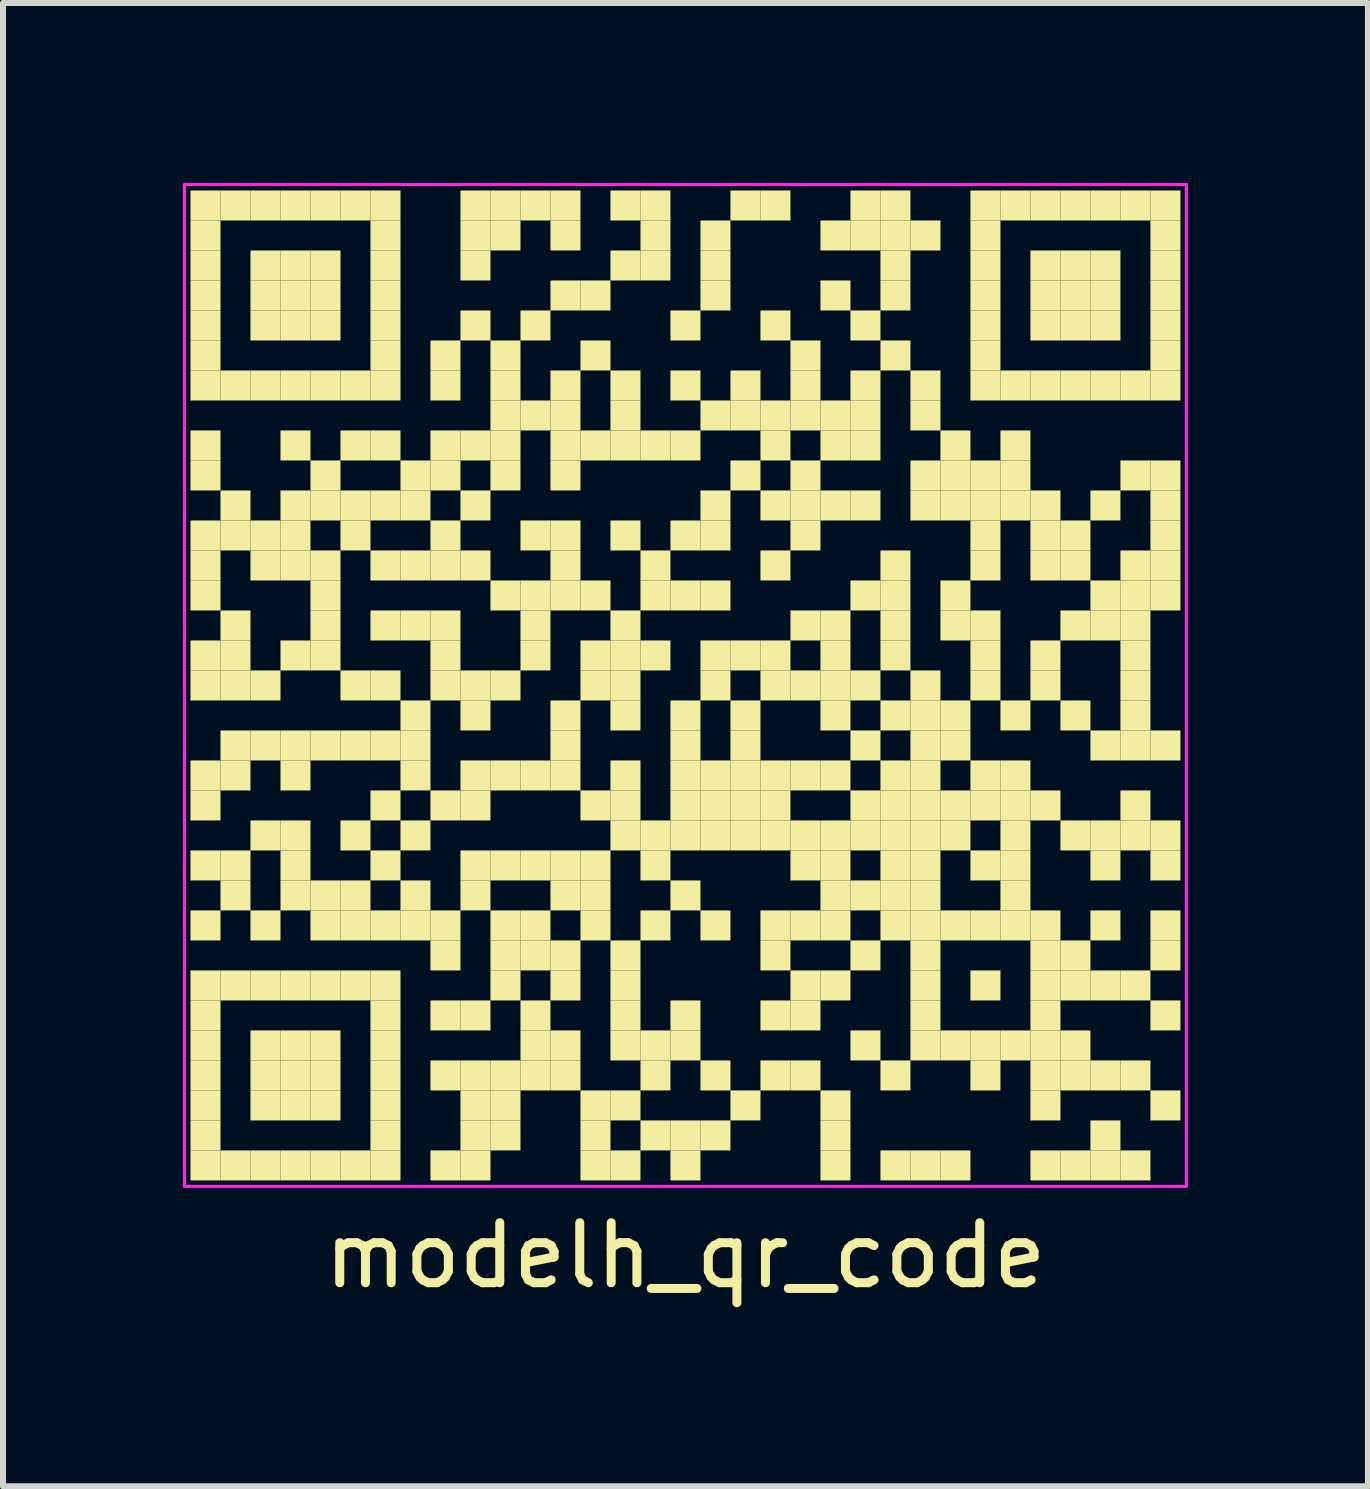
<source format=kicad_pcb>
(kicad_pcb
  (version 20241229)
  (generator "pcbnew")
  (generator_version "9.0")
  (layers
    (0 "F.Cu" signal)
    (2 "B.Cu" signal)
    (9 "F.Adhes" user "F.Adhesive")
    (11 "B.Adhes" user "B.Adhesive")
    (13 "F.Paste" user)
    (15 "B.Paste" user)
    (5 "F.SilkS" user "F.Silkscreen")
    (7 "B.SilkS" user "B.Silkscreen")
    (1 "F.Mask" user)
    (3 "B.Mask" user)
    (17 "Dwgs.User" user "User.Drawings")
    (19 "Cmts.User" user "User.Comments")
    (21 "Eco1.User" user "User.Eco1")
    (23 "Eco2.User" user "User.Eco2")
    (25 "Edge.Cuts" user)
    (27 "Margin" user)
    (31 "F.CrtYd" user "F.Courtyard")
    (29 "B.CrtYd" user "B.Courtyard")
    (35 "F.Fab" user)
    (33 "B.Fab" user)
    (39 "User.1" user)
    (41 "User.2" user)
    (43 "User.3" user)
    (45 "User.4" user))
  (footprint "modelh_qr_code"
    (layer "F.Cu")
    (at 8.375 8.375)
    (property "Reference" "modelh_qr_code" (at 0 9.5 0) (layer "F.SilkS") (effects (font (size 1 1) (thickness 0.15))))
    (attr through_hole)
    (fp_poly (pts (xy -7.75 -7.75) (xy -7.75 -8.25) (xy -8.25 -8.25) (xy -8.25 -7.75)) (stroke (width 0) (type solid)) (fill yes) (layer "F.SilkS"))
    (fp_poly (pts (xy -7.75 -7.25) (xy -7.75 -7.75) (xy -8.25 -7.75) (xy -8.25 -7.25)) (stroke (width 0) (type solid)) (fill yes) (layer "F.SilkS"))
    (fp_poly (pts (xy -7.75 -6.75) (xy -7.75 -7.25) (xy -8.25 -7.25) (xy -8.25 -6.75)) (stroke (width 0) (type solid)) (fill yes) (layer "F.SilkS"))
    (fp_poly (pts (xy -7.75 -6.25) (xy -7.75 -6.75) (xy -8.25 -6.75) (xy -8.25 -6.25)) (stroke (width 0) (type solid)) (fill yes) (layer "F.SilkS"))
    (fp_poly (pts (xy -7.75 -5.75) (xy -7.75 -6.25) (xy -8.25 -6.25) (xy -8.25 -5.75)) (stroke (width 0) (type solid)) (fill yes) (layer "F.SilkS"))
    (fp_poly (pts (xy -7.75 -5.25) (xy -7.75 -5.75) (xy -8.25 -5.75) (xy -8.25 -5.25)) (stroke (width 0) (type solid)) (fill yes) (layer "F.SilkS"))
    (fp_poly (pts (xy -7.75 -4.75) (xy -7.75 -5.25) (xy -8.25 -5.25) (xy -8.25 -4.75)) (stroke (width 0) (type solid)) (fill yes) (layer "F.SilkS"))
    (fp_poly (pts (xy -7.75 -3.75) (xy -7.75 -4.25) (xy -8.25 -4.25) (xy -8.25 -3.75)) (stroke (width 0) (type solid)) (fill yes) (layer "F.SilkS"))
    (fp_poly (pts (xy -7.75 -3.25) (xy -7.75 -3.75) (xy -8.25 -3.75) (xy -8.25 -3.25)) (stroke (width 0) (type solid)) (fill yes) (layer "F.SilkS"))
    (fp_poly (pts (xy -7.75 -2.25) (xy -7.75 -2.75) (xy -8.25 -2.75) (xy -8.25 -2.25)) (stroke (width 0) (type solid)) (fill yes) (layer "F.SilkS"))
    (fp_poly (pts (xy -7.75 -1.75) (xy -7.75 -2.25) (xy -8.25 -2.25) (xy -8.25 -1.75)) (stroke (width 0) (type solid)) (fill yes) (layer "F.SilkS"))
    (fp_poly (pts (xy -7.75 -1.25) (xy -7.75 -1.75) (xy -8.25 -1.75) (xy -8.25 -1.25)) (stroke (width 0) (type solid)) (fill yes) (layer "F.SilkS"))
    (fp_poly (pts (xy -7.75 -0.25) (xy -7.75 -0.75) (xy -8.25 -0.75) (xy -8.25 -0.25)) (stroke (width 0) (type solid)) (fill yes) (layer "F.SilkS"))
    (fp_poly (pts (xy -7.75 0.25) (xy -7.75 -0.25) (xy -8.25 -0.25) (xy -8.25 0.25)) (stroke (width 0) (type solid)) (fill yes) (layer "F.SilkS"))
    (fp_poly (pts (xy -7.75 1.75) (xy -7.75 1.25) (xy -8.25 1.25) (xy -8.25 1.75)) (stroke (width 0) (type solid)) (fill yes) (layer "F.SilkS"))
    (fp_poly (pts (xy -7.75 2.25) (xy -7.75 1.75) (xy -8.25 1.75) (xy -8.25 2.25)) (stroke (width 0) (type solid)) (fill yes) (layer "F.SilkS"))
    (fp_poly (pts (xy -7.75 3.25) (xy -7.75 2.75) (xy -8.25 2.75) (xy -8.25 3.25)) (stroke (width 0) (type solid)) (fill yes) (layer "F.SilkS"))
    (fp_poly (pts (xy -7.75 4.25) (xy -7.75 3.75) (xy -8.25 3.75) (xy -8.25 4.25)) (stroke (width 0) (type solid)) (fill yes) (layer "F.SilkS"))
    (fp_poly (pts (xy -7.75 5.25) (xy -7.75 4.75) (xy -8.25 4.75) (xy -8.25 5.25)) (stroke (width 0) (type solid)) (fill yes) (layer "F.SilkS"))
    (fp_poly (pts (xy -7.75 5.75) (xy -7.75 5.25) (xy -8.25 5.25) (xy -8.25 5.75)) (stroke (width 0) (type solid)) (fill yes) (layer "F.SilkS"))
    (fp_poly (pts (xy -7.75 6.25) (xy -7.75 5.75) (xy -8.25 5.75) (xy -8.25 6.25)) (stroke (width 0) (type solid)) (fill yes) (layer "F.SilkS"))
    (fp_poly (pts (xy -7.75 6.75) (xy -7.75 6.25) (xy -8.25 6.25) (xy -8.25 6.75)) (stroke (width 0) (type solid)) (fill yes) (layer "F.SilkS"))
    (fp_poly (pts (xy -7.75 7.25) (xy -7.75 6.75) (xy -8.25 6.75) (xy -8.25 7.25)) (stroke (width 0) (type solid)) (fill yes) (layer "F.SilkS"))
    (fp_poly (pts (xy -7.75 7.75) (xy -7.75 7.25) (xy -8.25 7.25) (xy -8.25 7.75)) (stroke (width 0) (type solid)) (fill yes) (layer "F.SilkS"))
    (fp_poly (pts (xy -7.75 8.25) (xy -7.75 7.75) (xy -8.25 7.75) (xy -8.25 8.25)) (stroke (width 0) (type solid)) (fill yes) (layer "F.SilkS"))
    (fp_poly (pts (xy -7.25 -7.75) (xy -7.25 -8.25) (xy -7.75 -8.25) (xy -7.75 -7.75)) (stroke (width 0) (type solid)) (fill yes) (layer "F.SilkS"))
    (fp_poly (pts (xy -7.25 -4.75) (xy -7.25 -5.25) (xy -7.75 -5.25) (xy -7.75 -4.75)) (stroke (width 0) (type solid)) (fill yes) (layer "F.SilkS"))
    (fp_poly (pts (xy -7.25 -2.75) (xy -7.25 -3.25) (xy -7.75 -3.25) (xy -7.75 -2.75)) (stroke (width 0) (type solid)) (fill yes) (layer "F.SilkS"))
    (fp_poly (pts (xy -7.25 -2.25) (xy -7.25 -2.75) (xy -7.75 -2.75) (xy -7.75 -2.25)) (stroke (width 0) (type solid)) (fill yes) (layer "F.SilkS"))
    (fp_poly (pts (xy -7.25 -0.75) (xy -7.25 -1.25) (xy -7.75 -1.25) (xy -7.75 -0.75)) (stroke (width 0) (type solid)) (fill yes) (layer "F.SilkS"))
    (fp_poly (pts (xy -7.25 -0.25) (xy -7.25 -0.75) (xy -7.75 -0.75) (xy -7.75 -0.25)) (stroke (width 0) (type solid)) (fill yes) (layer "F.SilkS"))
    (fp_poly (pts (xy -7.25 0.25) (xy -7.25 -0.25) (xy -7.75 -0.25) (xy -7.75 0.25)) (stroke (width 0) (type solid)) (fill yes) (layer "F.SilkS"))
    (fp_poly (pts (xy -7.25 1.25) (xy -7.25 0.75) (xy -7.75 0.75) (xy -7.75 1.25)) (stroke (width 0) (type solid)) (fill yes) (layer "F.SilkS"))
    (fp_poly (pts (xy -7.25 1.75) (xy -7.25 1.25) (xy -7.75 1.25) (xy -7.75 1.75)) (stroke (width 0) (type solid)) (fill yes) (layer "F.SilkS"))
    (fp_poly (pts (xy -7.25 3.25) (xy -7.25 2.75) (xy -7.75 2.75) (xy -7.75 3.25)) (stroke (width 0) (type solid)) (fill yes) (layer "F.SilkS"))
    (fp_poly (pts (xy -7.25 3.75) (xy -7.25 3.25) (xy -7.75 3.25) (xy -7.75 3.75)) (stroke (width 0) (type solid)) (fill yes) (layer "F.SilkS"))
    (fp_poly (pts (xy -7.25 5.25) (xy -7.25 4.75) (xy -7.75 4.75) (xy -7.75 5.25)) (stroke (width 0) (type solid)) (fill yes) (layer "F.SilkS"))
    (fp_poly (pts (xy -7.25 8.25) (xy -7.25 7.75) (xy -7.75 7.75) (xy -7.75 8.25)) (stroke (width 0) (type solid)) (fill yes) (layer "F.SilkS"))
    (fp_poly (pts (xy -6.75 -7.75) (xy -6.75 -8.25) (xy -7.25 -8.25) (xy -7.25 -7.75)) (stroke (width 0) (type solid)) (fill yes) (layer "F.SilkS"))
    (fp_poly (pts (xy -6.75 -6.75) (xy -6.75 -7.25) (xy -7.25 -7.25) (xy -7.25 -6.75)) (stroke (width 0) (type solid)) (fill yes) (layer "F.SilkS"))
    (fp_poly (pts (xy -6.75 -6.25) (xy -6.75 -6.75) (xy -7.25 -6.75) (xy -7.25 -6.25)) (stroke (width 0) (type solid)) (fill yes) (layer "F.SilkS"))
    (fp_poly (pts (xy -6.75 -5.75) (xy -6.75 -6.25) (xy -7.25 -6.25) (xy -7.25 -5.75)) (stroke (width 0) (type solid)) (fill yes) (layer "F.SilkS"))
    (fp_poly (pts (xy -6.75 -4.75) (xy -6.75 -5.25) (xy -7.25 -5.25) (xy -7.25 -4.75)) (stroke (width 0) (type solid)) (fill yes) (layer "F.SilkS"))
    (fp_poly (pts (xy -6.75 -2.25) (xy -6.75 -2.75) (xy -7.25 -2.75) (xy -7.25 -2.25)) (stroke (width 0) (type solid)) (fill yes) (layer "F.SilkS"))
    (fp_poly (pts (xy -6.75 -1.75) (xy -6.75 -2.25) (xy -7.25 -2.25) (xy -7.25 -1.75)) (stroke (width 0) (type solid)) (fill yes) (layer "F.SilkS"))
    (fp_poly (pts (xy -6.75 0.25) (xy -6.75 -0.25) (xy -7.25 -0.25) (xy -7.25 0.25)) (stroke (width 0) (type solid)) (fill yes) (layer "F.SilkS"))
    (fp_poly (pts (xy -6.75 1.25) (xy -6.75 0.75) (xy -7.25 0.75) (xy -7.25 1.25)) (stroke (width 0) (type solid)) (fill yes) (layer "F.SilkS"))
    (fp_poly (pts (xy -6.75 2.75) (xy -6.75 2.25) (xy -7.25 2.25) (xy -7.25 2.75)) (stroke (width 0) (type solid)) (fill yes) (layer "F.SilkS"))
    (fp_poly (pts (xy -6.75 4.25) (xy -6.75 3.75) (xy -7.25 3.75) (xy -7.25 4.25)) (stroke (width 0) (type solid)) (fill yes) (layer "F.SilkS"))
    (fp_poly (pts (xy -6.75 5.25) (xy -6.75 4.75) (xy -7.25 4.75) (xy -7.25 5.25)) (stroke (width 0) (type solid)) (fill yes) (layer "F.SilkS"))
    (fp_poly (pts (xy -6.75 6.25) (xy -6.75 5.75) (xy -7.25 5.75) (xy -7.25 6.25)) (stroke (width 0) (type solid)) (fill yes) (layer "F.SilkS"))
    (fp_poly (pts (xy -6.75 6.75) (xy -6.75 6.25) (xy -7.25 6.25) (xy -7.25 6.75)) (stroke (width 0) (type solid)) (fill yes) (layer "F.SilkS"))
    (fp_poly (pts (xy -6.75 7.25) (xy -6.75 6.75) (xy -7.25 6.75) (xy -7.25 7.25)) (stroke (width 0) (type solid)) (fill yes) (layer "F.SilkS"))
    (fp_poly (pts (xy -6.75 8.25) (xy -6.75 7.75) (xy -7.25 7.75) (xy -7.25 8.25)) (stroke (width 0) (type solid)) (fill yes) (layer "F.SilkS"))
    (fp_poly (pts (xy -6.25 -7.75) (xy -6.25 -8.25) (xy -6.75 -8.25) (xy -6.75 -7.75)) (stroke (width 0) (type solid)) (fill yes) (layer "F.SilkS"))
    (fp_poly (pts (xy -6.25 -6.75) (xy -6.25 -7.25) (xy -6.75 -7.25) (xy -6.75 -6.75)) (stroke (width 0) (type solid)) (fill yes) (layer "F.SilkS"))
    (fp_poly (pts (xy -6.25 -6.25) (xy -6.25 -6.75) (xy -6.75 -6.75) (xy -6.75 -6.25)) (stroke (width 0) (type solid)) (fill yes) (layer "F.SilkS"))
    (fp_poly (pts (xy -6.25 -5.75) (xy -6.25 -6.25) (xy -6.75 -6.25) (xy -6.75 -5.75)) (stroke (width 0) (type solid)) (fill yes) (layer "F.SilkS"))
    (fp_poly (pts (xy -6.25 -4.75) (xy -6.25 -5.25) (xy -6.75 -5.25) (xy -6.75 -4.75)) (stroke (width 0) (type solid)) (fill yes) (layer "F.SilkS"))
    (fp_poly (pts (xy -6.25 -3.75) (xy -6.25 -4.25) (xy -6.75 -4.25) (xy -6.75 -3.75)) (stroke (width 0) (type solid)) (fill yes) (layer "F.SilkS"))
    (fp_poly (pts (xy -6.25 -2.75) (xy -6.25 -3.25) (xy -6.75 -3.25) (xy -6.75 -2.75)) (stroke (width 0) (type solid)) (fill yes) (layer "F.SilkS"))
    (fp_poly (pts (xy -6.25 -2.25) (xy -6.25 -2.75) (xy -6.75 -2.75) (xy -6.75 -2.25)) (stroke (width 0) (type solid)) (fill yes) (layer "F.SilkS"))
    (fp_poly (pts (xy -6.25 -1.75) (xy -6.25 -2.25) (xy -6.75 -2.25) (xy -6.75 -1.75)) (stroke (width 0) (type solid)) (fill yes) (layer "F.SilkS"))
    (fp_poly (pts (xy -6.25 -0.25) (xy -6.25 -0.75) (xy -6.75 -0.75) (xy -6.75 -0.25)) (stroke (width 0) (type solid)) (fill yes) (layer "F.SilkS"))
    (fp_poly (pts (xy -6.25 1.25) (xy -6.25 0.75) (xy -6.75 0.75) (xy -6.75 1.25)) (stroke (width 0) (type solid)) (fill yes) (layer "F.SilkS"))
    (fp_poly (pts (xy -6.25 1.75) (xy -6.25 1.25) (xy -6.75 1.25) (xy -6.75 1.75)) (stroke (width 0) (type solid)) (fill yes) (layer "F.SilkS"))
    (fp_poly (pts (xy -6.25 2.75) (xy -6.25 2.25) (xy -6.75 2.25) (xy -6.75 2.75)) (stroke (width 0) (type solid)) (fill yes) (layer "F.SilkS"))
    (fp_poly (pts (xy -6.25 3.25) (xy -6.25 2.75) (xy -6.75 2.75) (xy -6.75 3.25)) (stroke (width 0) (type solid)) (fill yes) (layer "F.SilkS"))
    (fp_poly (pts (xy -6.25 3.75) (xy -6.25 3.25) (xy -6.75 3.25) (xy -6.75 3.75)) (stroke (width 0) (type solid)) (fill yes) (layer "F.SilkS"))
    (fp_poly (pts (xy -6.25 5.25) (xy -6.25 4.75) (xy -6.75 4.75) (xy -6.75 5.25)) (stroke (width 0) (type solid)) (fill yes) (layer "F.SilkS"))
    (fp_poly (pts (xy -6.25 6.25) (xy -6.25 5.75) (xy -6.75 5.75) (xy -6.75 6.25)) (stroke (width 0) (type solid)) (fill yes) (layer "F.SilkS"))
    (fp_poly (pts (xy -6.25 6.75) (xy -6.25 6.25) (xy -6.75 6.25) (xy -6.75 6.75)) (stroke (width 0) (type solid)) (fill yes) (layer "F.SilkS"))
    (fp_poly (pts (xy -6.25 7.25) (xy -6.25 6.75) (xy -6.75 6.75) (xy -6.75 7.25)) (stroke (width 0) (type solid)) (fill yes) (layer "F.SilkS"))
    (fp_poly (pts (xy -6.25 8.25) (xy -6.25 7.75) (xy -6.75 7.75) (xy -6.75 8.25)) (stroke (width 0) (type solid)) (fill yes) (layer "F.SilkS"))
    (fp_poly (pts (xy -5.75 -7.75) (xy -5.75 -8.25) (xy -6.25 -8.25) (xy -6.25 -7.75)) (stroke (width 0) (type solid)) (fill yes) (layer "F.SilkS"))
    (fp_poly (pts (xy -5.75 -6.75) (xy -5.75 -7.25) (xy -6.25 -7.25) (xy -6.25 -6.75)) (stroke (width 0) (type solid)) (fill yes) (layer "F.SilkS"))
    (fp_poly (pts (xy -5.75 -6.25) (xy -5.75 -6.75) (xy -6.25 -6.75) (xy -6.25 -6.25)) (stroke (width 0) (type solid)) (fill yes) (layer "F.SilkS"))
    (fp_poly (pts (xy -5.75 -5.75) (xy -5.75 -6.25) (xy -6.25 -6.25) (xy -6.25 -5.75)) (stroke (width 0) (type solid)) (fill yes) (layer "F.SilkS"))
    (fp_poly (pts (xy -5.75 -4.75) (xy -5.75 -5.25) (xy -6.25 -5.25) (xy -6.25 -4.75)) (stroke (width 0) (type solid)) (fill yes) (layer "F.SilkS"))
    (fp_poly (pts (xy -5.75 -3.25) (xy -5.75 -3.75) (xy -6.25 -3.75) (xy -6.25 -3.25)) (stroke (width 0) (type solid)) (fill yes) (layer "F.SilkS"))
    (fp_poly (pts (xy -5.75 -2.75) (xy -5.75 -3.25) (xy -6.25 -3.25) (xy -6.25 -2.75)) (stroke (width 0) (type solid)) (fill yes) (layer "F.SilkS"))
    (fp_poly (pts (xy -5.75 -1.75) (xy -5.75 -2.25) (xy -6.25 -2.25) (xy -6.25 -1.75)) (stroke (width 0) (type solid)) (fill yes) (layer "F.SilkS"))
    (fp_poly (pts (xy -5.75 -1.25) (xy -5.75 -1.75) (xy -6.25 -1.75) (xy -6.25 -1.25)) (stroke (width 0) (type solid)) (fill yes) (layer "F.SilkS"))
    (fp_poly (pts (xy -5.75 -0.75) (xy -5.75 -1.25) (xy -6.25 -1.25) (xy -6.25 -0.75)) (stroke (width 0) (type solid)) (fill yes) (layer "F.SilkS"))
    (fp_poly (pts (xy -5.75 -0.25) (xy -5.75 -0.75) (xy -6.25 -0.75) (xy -6.25 -0.25)) (stroke (width 0) (type solid)) (fill yes) (layer "F.SilkS"))
    (fp_poly (pts (xy -5.75 1.25) (xy -5.75 0.75) (xy -6.25 0.75) (xy -6.25 1.25)) (stroke (width 0) (type solid)) (fill yes) (layer "F.SilkS"))
    (fp_poly (pts (xy -5.75 3.75) (xy -5.75 3.25) (xy -6.25 3.25) (xy -6.25 3.75)) (stroke (width 0) (type solid)) (fill yes) (layer "F.SilkS"))
    (fp_poly (pts (xy -5.75 4.25) (xy -5.75 3.75) (xy -6.25 3.75) (xy -6.25 4.25)) (stroke (width 0) (type solid)) (fill yes) (layer "F.SilkS"))
    (fp_poly (pts (xy -5.75 5.25) (xy -5.75 4.75) (xy -6.25 4.75) (xy -6.25 5.25)) (stroke (width 0) (type solid)) (fill yes) (layer "F.SilkS"))
    (fp_poly (pts (xy -5.75 6.25) (xy -5.75 5.75) (xy -6.25 5.75) (xy -6.25 6.25)) (stroke (width 0) (type solid)) (fill yes) (layer "F.SilkS"))
    (fp_poly (pts (xy -5.75 6.75) (xy -5.75 6.25) (xy -6.25 6.25) (xy -6.25 6.75)) (stroke (width 0) (type solid)) (fill yes) (layer "F.SilkS"))
    (fp_poly (pts (xy -5.75 7.25) (xy -5.75 6.75) (xy -6.25 6.75) (xy -6.25 7.25)) (stroke (width 0) (type solid)) (fill yes) (layer "F.SilkS"))
    (fp_poly (pts (xy -5.75 8.25) (xy -5.75 7.75) (xy -6.25 7.75) (xy -6.25 8.25)) (stroke (width 0) (type solid)) (fill yes) (layer "F.SilkS"))
    (fp_poly (pts (xy -5.25 -7.75) (xy -5.25 -8.25) (xy -5.75 -8.25) (xy -5.75 -7.75)) (stroke (width 0) (type solid)) (fill yes) (layer "F.SilkS"))
    (fp_poly (pts (xy -5.25 -4.75) (xy -5.25 -5.25) (xy -5.75 -5.25) (xy -5.75 -4.75)) (stroke (width 0) (type solid)) (fill yes) (layer "F.SilkS"))
    (fp_poly (pts (xy -5.25 -3.75) (xy -5.25 -4.25) (xy -5.75 -4.25) (xy -5.75 -3.75)) (stroke (width 0) (type solid)) (fill yes) (layer "F.SilkS"))
    (fp_poly (pts (xy -5.25 -2.75) (xy -5.25 -3.25) (xy -5.75 -3.25) (xy -5.75 -2.75)) (stroke (width 0) (type solid)) (fill yes) (layer "F.SilkS"))
    (fp_poly (pts (xy -5.25 -2.25) (xy -5.25 -2.75) (xy -5.75 -2.75) (xy -5.75 -2.25)) (stroke (width 0) (type solid)) (fill yes) (layer "F.SilkS"))
    (fp_poly (pts (xy -5.25 0.25) (xy -5.25 -0.25) (xy -5.75 -0.25) (xy -5.75 0.25)) (stroke (width 0) (type solid)) (fill yes) (layer "F.SilkS"))
    (fp_poly (pts (xy -5.25 1.25) (xy -5.25 0.75) (xy -5.75 0.75) (xy -5.75 1.25)) (stroke (width 0) (type solid)) (fill yes) (layer "F.SilkS"))
    (fp_poly (pts (xy -5.25 2.75) (xy -5.25 2.25) (xy -5.75 2.25) (xy -5.75 2.75)) (stroke (width 0) (type solid)) (fill yes) (layer "F.SilkS"))
    (fp_poly (pts (xy -5.25 3.75) (xy -5.25 3.25) (xy -5.75 3.25) (xy -5.75 3.75)) (stroke (width 0) (type solid)) (fill yes) (layer "F.SilkS"))
    (fp_poly (pts (xy -5.25 4.25) (xy -5.25 3.75) (xy -5.75 3.75) (xy -5.75 4.25)) (stroke (width 0) (type solid)) (fill yes) (layer "F.SilkS"))
    (fp_poly (pts (xy -5.25 5.25) (xy -5.25 4.75) (xy -5.75 4.75) (xy -5.75 5.25)) (stroke (width 0) (type solid)) (fill yes) (layer "F.SilkS"))
    (fp_poly (pts (xy -5.25 8.25) (xy -5.25 7.75) (xy -5.75 7.75) (xy -5.75 8.25)) (stroke (width 0) (type solid)) (fill yes) (layer "F.SilkS"))
    (fp_poly (pts (xy -4.75 -7.75) (xy -4.75 -8.25) (xy -5.25 -8.25) (xy -5.25 -7.75)) (stroke (width 0) (type solid)) (fill yes) (layer "F.SilkS"))
    (fp_poly (pts (xy -4.75 -7.25) (xy -4.75 -7.75) (xy -5.25 -7.75) (xy -5.25 -7.25)) (stroke (width 0) (type solid)) (fill yes) (layer "F.SilkS"))
    (fp_poly (pts (xy -4.75 -6.75) (xy -4.75 -7.25) (xy -5.25 -7.25) (xy -5.25 -6.75)) (stroke (width 0) (type solid)) (fill yes) (layer "F.SilkS"))
    (fp_poly (pts (xy -4.75 -6.25) (xy -4.75 -6.75) (xy -5.25 -6.75) (xy -5.25 -6.25)) (stroke (width 0) (type solid)) (fill yes) (layer "F.SilkS"))
    (fp_poly (pts (xy -4.75 -5.75) (xy -4.75 -6.25) (xy -5.25 -6.25) (xy -5.25 -5.75)) (stroke (width 0) (type solid)) (fill yes) (layer "F.SilkS"))
    (fp_poly (pts (xy -4.75 -5.25) (xy -4.75 -5.75) (xy -5.25 -5.75) (xy -5.25 -5.25)) (stroke (width 0) (type solid)) (fill yes) (layer "F.SilkS"))
    (fp_poly (pts (xy -4.75 -4.75) (xy -4.75 -5.25) (xy -5.25 -5.25) (xy -5.25 -4.75)) (stroke (width 0) (type solid)) (fill yes) (layer "F.SilkS"))
    (fp_poly (pts (xy -4.75 -3.75) (xy -4.75 -4.25) (xy -5.25 -4.25) (xy -5.25 -3.75)) (stroke (width 0) (type solid)) (fill yes) (layer "F.SilkS"))
    (fp_poly (pts (xy -4.75 -2.75) (xy -4.75 -3.25) (xy -5.25 -3.25) (xy -5.25 -2.75)) (stroke (width 0) (type solid)) (fill yes) (layer "F.SilkS"))
    (fp_poly (pts (xy -4.75 -1.75) (xy -4.75 -2.25) (xy -5.25 -2.25) (xy -5.25 -1.75)) (stroke (width 0) (type solid)) (fill yes) (layer "F.SilkS"))
    (fp_poly (pts (xy -4.75 -0.75) (xy -4.75 -1.25) (xy -5.25 -1.25) (xy -5.25 -0.75)) (stroke (width 0) (type solid)) (fill yes) (layer "F.SilkS"))
    (fp_poly (pts (xy -4.75 0.25) (xy -4.75 -0.25) (xy -5.25 -0.25) (xy -5.25 0.25)) (stroke (width 0) (type solid)) (fill yes) (layer "F.SilkS"))
    (fp_poly (pts (xy -4.75 1.25) (xy -4.75 0.75) (xy -5.25 0.75) (xy -5.25 1.25)) (stroke (width 0) (type solid)) (fill yes) (layer "F.SilkS"))
    (fp_poly (pts (xy -4.75 2.25) (xy -4.75 1.75) (xy -5.25 1.75) (xy -5.25 2.25)) (stroke (width 0) (type solid)) (fill yes) (layer "F.SilkS"))
    (fp_poly (pts (xy -4.75 3.25) (xy -4.75 2.75) (xy -5.25 2.75) (xy -5.25 3.25)) (stroke (width 0) (type solid)) (fill yes) (layer "F.SilkS"))
    (fp_poly (pts (xy -4.75 4.25) (xy -4.75 3.75) (xy -5.25 3.75) (xy -5.25 4.25)) (stroke (width 0) (type solid)) (fill yes) (layer "F.SilkS"))
    (fp_poly (pts (xy -4.75 5.25) (xy -4.75 4.75) (xy -5.25 4.75) (xy -5.25 5.25)) (stroke (width 0) (type solid)) (fill yes) (layer "F.SilkS"))
    (fp_poly (pts (xy -4.75 5.75) (xy -4.75 5.25) (xy -5.25 5.25) (xy -5.25 5.75)) (stroke (width 0) (type solid)) (fill yes) (layer "F.SilkS"))
    (fp_poly (pts (xy -4.75 6.25) (xy -4.75 5.75) (xy -5.25 5.75) (xy -5.25 6.25)) (stroke (width 0) (type solid)) (fill yes) (layer "F.SilkS"))
    (fp_poly (pts (xy -4.75 6.75) (xy -4.75 6.25) (xy -5.25 6.25) (xy -5.25 6.75)) (stroke (width 0) (type solid)) (fill yes) (layer "F.SilkS"))
    (fp_poly (pts (xy -4.75 7.25) (xy -4.75 6.75) (xy -5.25 6.75) (xy -5.25 7.25)) (stroke (width 0) (type solid)) (fill yes) (layer "F.SilkS"))
    (fp_poly (pts (xy -4.75 7.75) (xy -4.75 7.25) (xy -5.25 7.25) (xy -5.25 7.75)) (stroke (width 0) (type solid)) (fill yes) (layer "F.SilkS"))
    (fp_poly (pts (xy -4.75 8.25) (xy -4.75 7.75) (xy -5.25 7.75) (xy -5.25 8.25)) (stroke (width 0) (type solid)) (fill yes) (layer "F.SilkS"))
    (fp_poly (pts (xy -4.25 -3.25) (xy -4.25 -3.75) (xy -4.75 -3.75) (xy -4.75 -3.25)) (stroke (width 0) (type solid)) (fill yes) (layer "F.SilkS"))
    (fp_poly (pts (xy -4.25 -2.75) (xy -4.25 -3.25) (xy -4.75 -3.25) (xy -4.75 -2.75)) (stroke (width 0) (type solid)) (fill yes) (layer "F.SilkS"))
    (fp_poly (pts (xy -4.25 -1.75) (xy -4.25 -2.25) (xy -4.75 -2.25) (xy -4.75 -1.75)) (stroke (width 0) (type solid)) (fill yes) (layer "F.SilkS"))
    (fp_poly (pts (xy -4.25 -0.75) (xy -4.25 -1.25) (xy -4.75 -1.25) (xy -4.75 -0.75)) (stroke (width 0) (type solid)) (fill yes) (layer "F.SilkS"))
    (fp_poly (pts (xy -4.25 0.75) (xy -4.25 0.25) (xy -4.75 0.25) (xy -4.75 0.75)) (stroke (width 0) (type solid)) (fill yes) (layer "F.SilkS"))
    (fp_poly (pts (xy -4.25 1.25) (xy -4.25 0.75) (xy -4.75 0.75) (xy -4.75 1.25)) (stroke (width 0) (type solid)) (fill yes) (layer "F.SilkS"))
    (fp_poly (pts (xy -4.25 1.75) (xy -4.25 1.25) (xy -4.75 1.25) (xy -4.75 1.75)) (stroke (width 0) (type solid)) (fill yes) (layer "F.SilkS"))
    (fp_poly (pts (xy -4.25 2.75) (xy -4.25 2.25) (xy -4.75 2.25) (xy -4.75 2.75)) (stroke (width 0) (type solid)) (fill yes) (layer "F.SilkS"))
    (fp_poly (pts (xy -4.25 3.75) (xy -4.25 3.25) (xy -4.75 3.25) (xy -4.75 3.75)) (stroke (width 0) (type solid)) (fill yes) (layer "F.SilkS"))
    (fp_poly (pts (xy -4.25 4.25) (xy -4.25 3.75) (xy -4.75 3.75) (xy -4.75 4.25)) (stroke (width 0) (type solid)) (fill yes) (layer "F.SilkS"))
    (fp_poly (pts (xy -3.75 -5.25) (xy -3.75 -5.75) (xy -4.25 -5.75) (xy -4.25 -5.25)) (stroke (width 0) (type solid)) (fill yes) (layer "F.SilkS"))
    (fp_poly (pts (xy -3.75 -4.75) (xy -3.75 -5.25) (xy -4.25 -5.25) (xy -4.25 -4.75)) (stroke (width 0) (type solid)) (fill yes) (layer "F.SilkS"))
    (fp_poly (pts (xy -3.75 -3.75) (xy -3.75 -4.25) (xy -4.25 -4.25) (xy -4.25 -3.75)) (stroke (width 0) (type solid)) (fill yes) (layer "F.SilkS"))
    (fp_poly (pts (xy -3.75 -3.25) (xy -3.75 -3.75) (xy -4.25 -3.75) (xy -4.25 -3.25)) (stroke (width 0) (type solid)) (fill yes) (layer "F.SilkS"))
    (fp_poly (pts (xy -3.75 -2.25) (xy -3.75 -2.75) (xy -4.25 -2.75) (xy -4.25 -2.25)) (stroke (width 0) (type solid)) (fill yes) (layer "F.SilkS"))
    (fp_poly (pts (xy -3.75 -1.75) (xy -3.75 -2.25) (xy -4.25 -2.25) (xy -4.25 -1.75)) (stroke (width 0) (type solid)) (fill yes) (layer "F.SilkS"))
    (fp_poly (pts (xy -3.75 -0.75) (xy -3.75 -1.25) (xy -4.25 -1.25) (xy -4.25 -0.75)) (stroke (width 0) (type solid)) (fill yes) (layer "F.SilkS"))
    (fp_poly (pts (xy -3.75 -0.25) (xy -3.75 -0.75) (xy -4.25 -0.75) (xy -4.25 -0.25)) (stroke (width 0) (type solid)) (fill yes) (layer "F.SilkS"))
    (fp_poly (pts (xy -3.75 0.25) (xy -3.75 -0.25) (xy -4.25 -0.25) (xy -4.25 0.25)) (stroke (width 0) (type solid)) (fill yes) (layer "F.SilkS"))
    (fp_poly (pts (xy -3.75 2.25) (xy -3.75 1.75) (xy -4.25 1.75) (xy -4.25 2.25)) (stroke (width 0) (type solid)) (fill yes) (layer "F.SilkS"))
    (fp_poly (pts (xy -3.75 4.25) (xy -3.75 3.75) (xy -4.25 3.75) (xy -4.25 4.25)) (stroke (width 0) (type solid)) (fill yes) (layer "F.SilkS"))
    (fp_poly (pts (xy -3.75 4.75) (xy -3.75 4.25) (xy -4.25 4.25) (xy -4.25 4.75)) (stroke (width 0) (type solid)) (fill yes) (layer "F.SilkS"))
    (fp_poly (pts (xy -3.75 5.75) (xy -3.75 5.25) (xy -4.25 5.25) (xy -4.25 5.75)) (stroke (width 0) (type solid)) (fill yes) (layer "F.SilkS"))
    (fp_poly (pts (xy -3.75 6.75) (xy -3.75 6.25) (xy -4.25 6.25) (xy -4.25 6.75)) (stroke (width 0) (type solid)) (fill yes) (layer "F.SilkS"))
    (fp_poly (pts (xy -3.75 8.25) (xy -3.75 7.75) (xy -4.25 7.75) (xy -4.25 8.25)) (stroke (width 0) (type solid)) (fill yes) (layer "F.SilkS"))
    (fp_poly (pts (xy -3.25 -7.75) (xy -3.25 -8.25) (xy -3.75 -8.25) (xy -3.75 -7.75)) (stroke (width 0) (type solid)) (fill yes) (layer "F.SilkS"))
    (fp_poly (pts (xy -3.25 -7.25) (xy -3.25 -7.75) (xy -3.75 -7.75) (xy -3.75 -7.25)) (stroke (width 0) (type solid)) (fill yes) (layer "F.SilkS"))
    (fp_poly (pts (xy -3.25 -6.75) (xy -3.25 -7.25) (xy -3.75 -7.25) (xy -3.75 -6.75)) (stroke (width 0) (type solid)) (fill yes) (layer "F.SilkS"))
    (fp_poly (pts (xy -3.25 -5.75) (xy -3.25 -6.25) (xy -3.75 -6.25) (xy -3.75 -5.75)) (stroke (width 0) (type solid)) (fill yes) (layer "F.SilkS"))
    (fp_poly (pts (xy -3.25 -3.75) (xy -3.25 -4.25) (xy -3.75 -4.25) (xy -3.75 -3.75)) (stroke (width 0) (type solid)) (fill yes) (layer "F.SilkS"))
    (fp_poly (pts (xy -3.25 -2.75) (xy -3.25 -3.25) (xy -3.75 -3.25) (xy -3.75 -2.75)) (stroke (width 0) (type solid)) (fill yes) (layer "F.SilkS"))
    (fp_poly (pts (xy -3.25 -1.75) (xy -3.25 -2.25) (xy -3.75 -2.25) (xy -3.75 -1.75)) (stroke (width 0) (type solid)) (fill yes) (layer "F.SilkS"))
    (fp_poly (pts (xy -3.25 0.25) (xy -3.25 -0.25) (xy -3.75 -0.25) (xy -3.75 0.25)) (stroke (width 0) (type solid)) (fill yes) (layer "F.SilkS"))
    (fp_poly (pts (xy -3.25 0.75) (xy -3.25 0.25) (xy -3.75 0.25) (xy -3.75 0.75)) (stroke (width 0) (type solid)) (fill yes) (layer "F.SilkS"))
    (fp_poly (pts (xy -3.25 1.75) (xy -3.25 1.25) (xy -3.75 1.25) (xy -3.75 1.75)) (stroke (width 0) (type solid)) (fill yes) (layer "F.SilkS"))
    (fp_poly (pts (xy -3.25 2.25) (xy -3.25 1.75) (xy -3.75 1.75) (xy -3.75 2.25)) (stroke (width 0) (type solid)) (fill yes) (layer "F.SilkS"))
    (fp_poly (pts (xy -3.25 3.25) (xy -3.25 2.75) (xy -3.75 2.75) (xy -3.75 3.25)) (stroke (width 0) (type solid)) (fill yes) (layer "F.SilkS"))
    (fp_poly (pts (xy -3.25 3.75) (xy -3.25 3.25) (xy -3.75 3.25) (xy -3.75 3.75)) (stroke (width 0) (type solid)) (fill yes) (layer "F.SilkS"))
    (fp_poly (pts (xy -3.25 5.75) (xy -3.25 5.25) (xy -3.75 5.25) (xy -3.75 5.75)) (stroke (width 0) (type solid)) (fill yes) (layer "F.SilkS"))
    (fp_poly (pts (xy -3.25 6.75) (xy -3.25 6.25) (xy -3.75 6.25) (xy -3.75 6.75)) (stroke (width 0) (type solid)) (fill yes) (layer "F.SilkS"))
    (fp_poly (pts (xy -3.25 7.25) (xy -3.25 6.75) (xy -3.75 6.75) (xy -3.75 7.25)) (stroke (width 0) (type solid)) (fill yes) (layer "F.SilkS"))
    (fp_poly (pts (xy -3.25 7.75) (xy -3.25 7.25) (xy -3.75 7.25) (xy -3.75 7.75)) (stroke (width 0) (type solid)) (fill yes) (layer "F.SilkS"))
    (fp_poly (pts (xy -3.25 8.25) (xy -3.25 7.75) (xy -3.75 7.75) (xy -3.75 8.25)) (stroke (width 0) (type solid)) (fill yes) (layer "F.SilkS"))
    (fp_poly (pts (xy -2.75 -7.75) (xy -2.75 -8.25) (xy -3.25 -8.25) (xy -3.25 -7.75)) (stroke (width 0) (type solid)) (fill yes) (layer "F.SilkS"))
    (fp_poly (pts (xy -2.75 -7.25) (xy -2.75 -7.75) (xy -3.25 -7.75) (xy -3.25 -7.25)) (stroke (width 0) (type solid)) (fill yes) (layer "F.SilkS"))
    (fp_poly (pts (xy -2.75 -5.25) (xy -2.75 -5.75) (xy -3.25 -5.75) (xy -3.25 -5.25)) (stroke (width 0) (type solid)) (fill yes) (layer "F.SilkS"))
    (fp_poly (pts (xy -2.75 -4.75) (xy -2.75 -5.25) (xy -3.25 -5.25) (xy -3.25 -4.75)) (stroke (width 0) (type solid)) (fill yes) (layer "F.SilkS"))
    (fp_poly (pts (xy -2.75 -4.25) (xy -2.75 -4.75) (xy -3.25 -4.75) (xy -3.25 -4.25)) (stroke (width 0) (type solid)) (fill yes) (layer "F.SilkS"))
    (fp_poly (pts (xy -2.75 -3.75) (xy -2.75 -4.25) (xy -3.25 -4.25) (xy -3.25 -3.75)) (stroke (width 0) (type solid)) (fill yes) (layer "F.SilkS"))
    (fp_poly (pts (xy -2.75 -3.25) (xy -2.75 -3.75) (xy -3.25 -3.75) (xy -3.25 -3.25)) (stroke (width 0) (type solid)) (fill yes) (layer "F.SilkS"))
    (fp_poly (pts (xy -2.75 -1.25) (xy -2.75 -1.75) (xy -3.25 -1.75) (xy -3.25 -1.25)) (stroke (width 0) (type solid)) (fill yes) (layer "F.SilkS"))
    (fp_poly (pts (xy -2.75 0.25) (xy -2.75 -0.25) (xy -3.25 -0.25) (xy -3.25 0.25)) (stroke (width 0) (type solid)) (fill yes) (layer "F.SilkS"))
    (fp_poly (pts (xy -2.75 1.75) (xy -2.75 1.25) (xy -3.25 1.25) (xy -3.25 1.75)) (stroke (width 0) (type solid)) (fill yes) (layer "F.SilkS"))
    (fp_poly (pts (xy -2.75 3.25) (xy -2.75 2.75) (xy -3.25 2.75) (xy -3.25 3.25)) (stroke (width 0) (type solid)) (fill yes) (layer "F.SilkS"))
    (fp_poly (pts (xy -2.75 4.25) (xy -2.75 3.75) (xy -3.25 3.75) (xy -3.25 4.25)) (stroke (width 0) (type solid)) (fill yes) (layer "F.SilkS"))
    (fp_poly (pts (xy -2.75 4.75) (xy -2.75 4.25) (xy -3.25 4.25) (xy -3.25 4.75)) (stroke (width 0) (type solid)) (fill yes) (layer "F.SilkS"))
    (fp_poly (pts (xy -2.75 5.25) (xy -2.75 4.75) (xy -3.25 4.75) (xy -3.25 5.25)) (stroke (width 0) (type solid)) (fill yes) (layer "F.SilkS"))
    (fp_poly (pts (xy -2.75 6.75) (xy -2.75 6.25) (xy -3.25 6.25) (xy -3.25 6.75)) (stroke (width 0) (type solid)) (fill yes) (layer "F.SilkS"))
    (fp_poly (pts (xy -2.75 7.25) (xy -2.75 6.75) (xy -3.25 6.75) (xy -3.25 7.25)) (stroke (width 0) (type solid)) (fill yes) (layer "F.SilkS"))
    (fp_poly (pts (xy -2.75 7.75) (xy -2.75 7.25) (xy -3.25 7.25) (xy -3.25 7.75)) (stroke (width 0) (type solid)) (fill yes) (layer "F.SilkS"))
    (fp_poly (pts (xy -2.25 -7.75) (xy -2.25 -8.25) (xy -2.75 -8.25) (xy -2.75 -7.75)) (stroke (width 0) (type solid)) (fill yes) (layer "F.SilkS"))
    (fp_poly (pts (xy -2.25 -5.75) (xy -2.25 -6.25) (xy -2.75 -6.25) (xy -2.75 -5.75)) (stroke (width 0) (type solid)) (fill yes) (layer "F.SilkS"))
    (fp_poly (pts (xy -2.25 -4.25) (xy -2.25 -4.75) (xy -2.75 -4.75) (xy -2.75 -4.25)) (stroke (width 0) (type solid)) (fill yes) (layer "F.SilkS"))
    (fp_poly (pts (xy -2.25 -2.25) (xy -2.25 -2.75) (xy -2.75 -2.75) (xy -2.75 -2.25)) (stroke (width 0) (type solid)) (fill yes) (layer "F.SilkS"))
    (fp_poly (pts (xy -2.25 -1.25) (xy -2.25 -1.75) (xy -2.75 -1.75) (xy -2.75 -1.25)) (stroke (width 0) (type solid)) (fill yes) (layer "F.SilkS"))
    (fp_poly (pts (xy -2.25 -0.75) (xy -2.25 -1.25) (xy -2.75 -1.25) (xy -2.75 -0.75)) (stroke (width 0) (type solid)) (fill yes) (layer "F.SilkS"))
    (fp_poly (pts (xy -2.25 -0.25) (xy -2.25 -0.75) (xy -2.75 -0.75) (xy -2.75 -0.25)) (stroke (width 0) (type solid)) (fill yes) (layer "F.SilkS"))
    (fp_poly (pts (xy -2.25 1.75) (xy -2.25 1.25) (xy -2.75 1.25) (xy -2.75 1.75)) (stroke (width 0) (type solid)) (fill yes) (layer "F.SilkS"))
    (fp_poly (pts (xy -2.25 3.25) (xy -2.25 2.75) (xy -2.75 2.75) (xy -2.75 3.25)) (stroke (width 0) (type solid)) (fill yes) (layer "F.SilkS"))
    (fp_poly (pts (xy -2.25 4.25) (xy -2.25 3.75) (xy -2.75 3.75) (xy -2.75 4.25)) (stroke (width 0) (type solid)) (fill yes) (layer "F.SilkS"))
    (fp_poly (pts (xy -2.25 4.75) (xy -2.25 4.25) (xy -2.75 4.25) (xy -2.75 4.75)) (stroke (width 0) (type solid)) (fill yes) (layer "F.SilkS"))
    (fp_poly (pts (xy -2.25 5.75) (xy -2.25 5.25) (xy -2.75 5.25) (xy -2.75 5.75)) (stroke (width 0) (type solid)) (fill yes) (layer "F.SilkS"))
    (fp_poly (pts (xy -2.25 6.25) (xy -2.25 5.75) (xy -2.75 5.75) (xy -2.75 6.25)) (stroke (width 0) (type solid)) (fill yes) (layer "F.SilkS"))
    (fp_poly (pts (xy -2.25 6.75) (xy -2.25 6.25) (xy -2.75 6.25) (xy -2.75 6.75)) (stroke (width 0) (type solid)) (fill yes) (layer "F.SilkS"))
    (fp_poly (pts (xy -1.75 -7.75) (xy -1.75 -8.25) (xy -2.25 -8.25) (xy -2.25 -7.75)) (stroke (width 0) (type solid)) (fill yes) (layer "F.SilkS"))
    (fp_poly (pts (xy -1.75 -7.25) (xy -1.75 -7.75) (xy -2.25 -7.75) (xy -2.25 -7.25)) (stroke (width 0) (type solid)) (fill yes) (layer "F.SilkS"))
    (fp_poly (pts (xy -1.75 -6.25) (xy -1.75 -6.75) (xy -2.25 -6.75) (xy -2.25 -6.25)) (stroke (width 0) (type solid)) (fill yes) (layer "F.SilkS"))
    (fp_poly (pts (xy -1.75 -4.75) (xy -1.75 -5.25) (xy -2.25 -5.25) (xy -2.25 -4.75)) (stroke (width 0) (type solid)) (fill yes) (layer "F.SilkS"))
    (fp_poly (pts (xy -1.75 -4.25) (xy -1.75 -4.75) (xy -2.25 -4.75) (xy -2.25 -4.25)) (stroke (width 0) (type solid)) (fill yes) (layer "F.SilkS"))
    (fp_poly (pts (xy -1.75 -3.75) (xy -1.75 -4.25) (xy -2.25 -4.25) (xy -2.25 -3.75)) (stroke (width 0) (type solid)) (fill yes) (layer "F.SilkS"))
    (fp_poly (pts (xy -1.75 -3.25) (xy -1.75 -3.75) (xy -2.25 -3.75) (xy -2.25 -3.25)) (stroke (width 0) (type solid)) (fill yes) (layer "F.SilkS"))
    (fp_poly (pts (xy -1.75 -2.25) (xy -1.75 -2.75) (xy -2.25 -2.75) (xy -2.25 -2.25)) (stroke (width 0) (type solid)) (fill yes) (layer "F.SilkS"))
    (fp_poly (pts (xy -1.75 -1.75) (xy -1.75 -2.25) (xy -2.25 -2.25) (xy -2.25 -1.75)) (stroke (width 0) (type solid)) (fill yes) (layer "F.SilkS"))
    (fp_poly (pts (xy -1.75 -1.25) (xy -1.75 -1.75) (xy -2.25 -1.75) (xy -2.25 -1.25)) (stroke (width 0) (type solid)) (fill yes) (layer "F.SilkS"))
    (fp_poly (pts (xy -1.75 0.75) (xy -1.75 0.25) (xy -2.25 0.25) (xy -2.25 0.75)) (stroke (width 0) (type solid)) (fill yes) (layer "F.SilkS"))
    (fp_poly (pts (xy -1.75 1.25) (xy -1.75 0.75) (xy -2.25 0.75) (xy -2.25 1.25)) (stroke (width 0) (type solid)) (fill yes) (layer "F.SilkS"))
    (fp_poly (pts (xy -1.75 1.75) (xy -1.75 1.25) (xy -2.25 1.25) (xy -2.25 1.75)) (stroke (width 0) (type solid)) (fill yes) (layer "F.SilkS"))
    (fp_poly (pts (xy -1.75 3.25) (xy -1.75 2.75) (xy -2.25 2.75) (xy -2.25 3.25)) (stroke (width 0) (type solid)) (fill yes) (layer "F.SilkS"))
    (fp_poly (pts (xy -1.75 3.75) (xy -1.75 3.25) (xy -2.25 3.25) (xy -2.25 3.75)) (stroke (width 0) (type solid)) (fill yes) (layer "F.SilkS"))
    (fp_poly (pts (xy -1.75 4.75) (xy -1.75 4.25) (xy -2.25 4.25) (xy -2.25 4.75)) (stroke (width 0) (type solid)) (fill yes) (layer "F.SilkS"))
    (fp_poly (pts (xy -1.75 5.25) (xy -1.75 4.75) (xy -2.25 4.75) (xy -2.25 5.25)) (stroke (width 0) (type solid)) (fill yes) (layer "F.SilkS"))
    (fp_poly (pts (xy -1.75 6.25) (xy -1.75 5.75) (xy -2.25 5.75) (xy -2.25 6.25)) (stroke (width 0) (type solid)) (fill yes) (layer "F.SilkS"))
    (fp_poly (pts (xy -1.75 6.75) (xy -1.75 6.25) (xy -2.25 6.25) (xy -2.25 6.75)) (stroke (width 0) (type solid)) (fill yes) (layer "F.SilkS"))
    (fp_poly (pts (xy -1.25 -6.25) (xy -1.25 -6.75) (xy -1.75 -6.75) (xy -1.75 -6.25)) (stroke (width 0) (type solid)) (fill yes) (layer "F.SilkS"))
    (fp_poly (pts (xy -1.25 -5.25) (xy -1.25 -5.75) (xy -1.75 -5.75) (xy -1.75 -5.25)) (stroke (width 0) (type solid)) (fill yes) (layer "F.SilkS"))
    (fp_poly (pts (xy -1.25 -3.75) (xy -1.25 -4.25) (xy -1.75 -4.25) (xy -1.75 -3.75)) (stroke (width 0) (type solid)) (fill yes) (layer "F.SilkS"))
    (fp_poly (pts (xy -1.25 -1.25) (xy -1.25 -1.75) (xy -1.75 -1.75) (xy -1.75 -1.25)) (stroke (width 0) (type solid)) (fill yes) (layer "F.SilkS"))
    (fp_poly (pts (xy -1.25 -0.25) (xy -1.25 -0.75) (xy -1.75 -0.75) (xy -1.75 -0.25)) (stroke (width 0) (type solid)) (fill yes) (layer "F.SilkS"))
    (fp_poly (pts (xy -1.25 0.25) (xy -1.25 -0.25) (xy -1.75 -0.25) (xy -1.75 0.25)) (stroke (width 0) (type solid)) (fill yes) (layer "F.SilkS"))
    (fp_poly (pts (xy -1.25 2.25) (xy -1.25 1.75) (xy -1.75 1.75) (xy -1.75 2.25)) (stroke (width 0) (type solid)) (fill yes) (layer "F.SilkS"))
    (fp_poly (pts (xy -1.25 3.25) (xy -1.25 2.75) (xy -1.75 2.75) (xy -1.75 3.25)) (stroke (width 0) (type solid)) (fill yes) (layer "F.SilkS"))
    (fp_poly (pts (xy -1.25 3.75) (xy -1.25 3.25) (xy -1.75 3.25) (xy -1.75 3.75)) (stroke (width 0) (type solid)) (fill yes) (layer "F.SilkS"))
    (fp_poly (pts (xy -1.25 4.25) (xy -1.25 3.75) (xy -1.75 3.75) (xy -1.75 4.25)) (stroke (width 0) (type solid)) (fill yes) (layer "F.SilkS"))
    (fp_poly (pts (xy -1.25 7.25) (xy -1.25 6.75) (xy -1.75 6.75) (xy -1.75 7.25)) (stroke (width 0) (type solid)) (fill yes) (layer "F.SilkS"))
    (fp_poly (pts (xy -1.25 7.75) (xy -1.25 7.25) (xy -1.75 7.25) (xy -1.75 7.75)) (stroke (width 0) (type solid)) (fill yes) (layer "F.SilkS"))
    (fp_poly (pts (xy -1.25 8.25) (xy -1.25 7.75) (xy -1.75 7.75) (xy -1.75 8.25)) (stroke (width 0) (type solid)) (fill yes) (layer "F.SilkS"))
    (fp_poly (pts (xy -0.75 -7.75) (xy -0.75 -8.25) (xy -1.25 -8.25) (xy -1.25 -7.75)) (stroke (width 0) (type solid)) (fill yes) (layer "F.SilkS"))
    (fp_poly (pts (xy -0.75 -6.75) (xy -0.75 -7.25) (xy -1.25 -7.25) (xy -1.25 -6.75)) (stroke (width 0) (type solid)) (fill yes) (layer "F.SilkS"))
    (fp_poly (pts (xy -0.75 -4.75) (xy -0.75 -5.25) (xy -1.25 -5.25) (xy -1.25 -4.75)) (stroke (width 0) (type solid)) (fill yes) (layer "F.SilkS"))
    (fp_poly (pts (xy -0.75 -4.25) (xy -0.75 -4.75) (xy -1.25 -4.75) (xy -1.25 -4.25)) (stroke (width 0) (type solid)) (fill yes) (layer "F.SilkS"))
    (fp_poly (pts (xy -0.75 -3.75) (xy -0.75 -4.25) (xy -1.25 -4.25) (xy -1.25 -3.75)) (stroke (width 0) (type solid)) (fill yes) (layer "F.SilkS"))
    (fp_poly (pts (xy -0.75 -2.25) (xy -0.75 -2.75) (xy -1.25 -2.75) (xy -1.25 -2.25)) (stroke (width 0) (type solid)) (fill yes) (layer "F.SilkS"))
    (fp_poly (pts (xy -0.75 -0.75) (xy -0.75 -1.25) (xy -1.25 -1.25) (xy -1.25 -0.75)) (stroke (width 0) (type solid)) (fill yes) (layer "F.SilkS"))
    (fp_poly (pts (xy -0.75 -0.25) (xy -0.75 -0.75) (xy -1.25 -0.75) (xy -1.25 -0.25)) (stroke (width 0) (type solid)) (fill yes) (layer "F.SilkS"))
    (fp_poly (pts (xy -0.75 0.25) (xy -0.75 -0.25) (xy -1.25 -0.25) (xy -1.25 0.25)) (stroke (width 0) (type solid)) (fill yes) (layer "F.SilkS"))
    (fp_poly (pts (xy -0.75 0.75) (xy -0.75 0.25) (xy -1.25 0.25) (xy -1.25 0.75)) (stroke (width 0) (type solid)) (fill yes) (layer "F.SilkS"))
    (fp_poly (pts (xy -0.75 1.75) (xy -0.75 1.25) (xy -1.25 1.25) (xy -1.25 1.75)) (stroke (width 0) (type solid)) (fill yes) (layer "F.SilkS"))
    (fp_poly (pts (xy -0.75 2.25) (xy -0.75 1.75) (xy -1.25 1.75) (xy -1.25 2.25)) (stroke (width 0) (type solid)) (fill yes) (layer "F.SilkS"))
    (fp_poly (pts (xy -0.75 2.75) (xy -0.75 2.25) (xy -1.25 2.25) (xy -1.25 2.75)) (stroke (width 0) (type solid)) (fill yes) (layer "F.SilkS"))
    (fp_poly (pts (xy -0.75 4.75) (xy -0.75 4.25) (xy -1.25 4.25) (xy -1.25 4.75)) (stroke (width 0) (type solid)) (fill yes) (layer "F.SilkS"))
    (fp_poly (pts (xy -0.75 5.25) (xy -0.75 4.75) (xy -1.25 4.75) (xy -1.25 5.25)) (stroke (width 0) (type solid)) (fill yes) (layer "F.SilkS"))
    (fp_poly (pts (xy -0.75 5.75) (xy -0.75 5.25) (xy -1.25 5.25) (xy -1.25 5.75)) (stroke (width 0) (type solid)) (fill yes) (layer "F.SilkS"))
    (fp_poly (pts (xy -0.75 6.25) (xy -0.75 5.75) (xy -1.25 5.75) (xy -1.25 6.25)) (stroke (width 0) (type solid)) (fill yes) (layer "F.SilkS"))
    (fp_poly (pts (xy -0.75 7.25) (xy -0.75 6.75) (xy -1.25 6.75) (xy -1.25 7.25)) (stroke (width 0) (type solid)) (fill yes) (layer "F.SilkS"))
    (fp_poly (pts (xy -0.75 8.25) (xy -0.75 7.75) (xy -1.25 7.75) (xy -1.25 8.25)) (stroke (width 0) (type solid)) (fill yes) (layer "F.SilkS"))
    (fp_poly (pts (xy -0.25 -7.75) (xy -0.25 -8.25) (xy -0.75 -8.25) (xy -0.75 -7.75)) (stroke (width 0) (type solid)) (fill yes) (layer "F.SilkS"))
    (fp_poly (pts (xy -0.25 -7.25) (xy -0.25 -7.75) (xy -0.75 -7.75) (xy -0.75 -7.25)) (stroke (width 0) (type solid)) (fill yes) (layer "F.SilkS"))
    (fp_poly (pts (xy -0.25 -6.75) (xy -0.25 -7.25) (xy -0.75 -7.25) (xy -0.75 -6.75)) (stroke (width 0) (type solid)) (fill yes) (layer "F.SilkS"))
    (fp_poly (pts (xy -0.25 -3.75) (xy -0.25 -4.25) (xy -0.75 -4.25) (xy -0.75 -3.75)) (stroke (width 0) (type solid)) (fill yes) (layer "F.SilkS"))
    (fp_poly (pts (xy -0.25 -1.75) (xy -0.25 -2.25) (xy -0.75 -2.25) (xy -0.75 -1.75)) (stroke (width 0) (type solid)) (fill yes) (layer "F.SilkS"))
    (fp_poly (pts (xy -0.25 -1.25) (xy -0.25 -1.75) (xy -0.75 -1.75) (xy -0.75 -1.25)) (stroke (width 0) (type solid)) (fill yes) (layer "F.SilkS"))
    (fp_poly (pts (xy -0.25 -0.25) (xy -0.25 -0.75) (xy -0.75 -0.75) (xy -0.75 -0.25)) (stroke (width 0) (type solid)) (fill yes) (layer "F.SilkS"))
    (fp_poly (pts (xy -0.25 2.75) (xy -0.25 2.25) (xy -0.75 2.25) (xy -0.75 2.75)) (stroke (width 0) (type solid)) (fill yes) (layer "F.SilkS"))
    (fp_poly (pts (xy -0.25 3.25) (xy -0.25 2.75) (xy -0.75 2.75) (xy -0.75 3.25)) (stroke (width 0) (type solid)) (fill yes) (layer "F.SilkS"))
    (fp_poly (pts (xy -0.25 4.25) (xy -0.25 3.75) (xy -0.75 3.75) (xy -0.75 4.25)) (stroke (width 0) (type solid)) (fill yes) (layer "F.SilkS"))
    (fp_poly (pts (xy -0.25 6.25) (xy -0.25 5.75) (xy -0.75 5.75) (xy -0.75 6.25)) (stroke (width 0) (type solid)) (fill yes) (layer "F.SilkS"))
    (fp_poly (pts (xy -0.25 6.75) (xy -0.25 6.25) (xy -0.75 6.25) (xy -0.75 6.75)) (stroke (width 0) (type solid)) (fill yes) (layer "F.SilkS"))
    (fp_poly (pts (xy -0.25 7.75) (xy -0.25 7.25) (xy -0.75 7.25) (xy -0.75 7.75)) (stroke (width 0) (type solid)) (fill yes) (layer "F.SilkS"))
    (fp_poly (pts (xy 0.25 -5.75) (xy 0.25 -6.25) (xy -0.25 -6.25) (xy -0.25 -5.75)) (stroke (width 0) (type solid)) (fill yes) (layer "F.SilkS"))
    (fp_poly (pts (xy 0.25 -4.75) (xy 0.25 -5.25) (xy -0.25 -5.25) (xy -0.25 -4.75)) (stroke (width 0) (type solid)) (fill yes) (layer "F.SilkS"))
    (fp_poly (pts (xy 0.25 -3.75) (xy 0.25 -4.25) (xy -0.25 -4.25) (xy -0.25 -3.75)) (stroke (width 0) (type solid)) (fill yes) (layer "F.SilkS"))
    (fp_poly (pts (xy 0.25 -2.25) (xy 0.25 -2.75) (xy -0.25 -2.75) (xy -0.25 -2.25)) (stroke (width 0) (type solid)) (fill yes) (layer "F.SilkS"))
    (fp_poly (pts (xy 0.25 -1.25) (xy 0.25 -1.75) (xy -0.25 -1.75) (xy -0.25 -1.25)) (stroke (width 0) (type solid)) (fill yes) (layer "F.SilkS"))
    (fp_poly (pts (xy 0.25 0.75) (xy 0.25 0.25) (xy -0.25 0.25) (xy -0.25 0.75)) (stroke (width 0) (type solid)) (fill yes) (layer "F.SilkS"))
    (fp_poly (pts (xy 0.25 1.25) (xy 0.25 0.75) (xy -0.25 0.75) (xy -0.25 1.25)) (stroke (width 0) (type solid)) (fill yes) (layer "F.SilkS"))
    (fp_poly (pts (xy 0.25 1.75) (xy 0.25 1.25) (xy -0.25 1.25) (xy -0.25 1.75)) (stroke (width 0) (type solid)) (fill yes) (layer "F.SilkS"))
    (fp_poly (pts (xy 0.25 2.25) (xy 0.25 1.75) (xy -0.25 1.75) (xy -0.25 2.25)) (stroke (width 0) (type solid)) (fill yes) (layer "F.SilkS"))
    (fp_poly (pts (xy 0.25 2.75) (xy 0.25 2.25) (xy -0.25 2.25) (xy -0.25 2.75)) (stroke (width 0) (type solid)) (fill yes) (layer "F.SilkS"))
    (fp_poly (pts (xy 0.25 3.75) (xy 0.25 3.25) (xy -0.25 3.25) (xy -0.25 3.75)) (stroke (width 0) (type solid)) (fill yes) (layer "F.SilkS"))
    (fp_poly (pts (xy 0.25 5.75) (xy 0.25 5.25) (xy -0.25 5.25) (xy -0.25 5.75)) (stroke (width 0) (type solid)) (fill yes) (layer "F.SilkS"))
    (fp_poly (pts (xy 0.25 6.25) (xy 0.25 5.75) (xy -0.25 5.75) (xy -0.25 6.25)) (stroke (width 0) (type solid)) (fill yes) (layer "F.SilkS"))
    (fp_poly (pts (xy 0.25 7.75) (xy 0.25 7.25) (xy -0.25 7.25) (xy -0.25 7.75)) (stroke (width 0) (type solid)) (fill yes) (layer "F.SilkS"))
    (fp_poly (pts (xy 0.25 8.25) (xy 0.25 7.75) (xy -0.25 7.75) (xy -0.25 8.25)) (stroke (width 0) (type solid)) (fill yes) (layer "F.SilkS"))
    (fp_poly (pts (xy 0.75 -7.25) (xy 0.75 -7.75) (xy 0.25 -7.75) (xy 0.25 -7.25)) (stroke (width 0) (type solid)) (fill yes) (layer "F.SilkS"))
    (fp_poly (pts (xy 0.75 -6.75) (xy 0.75 -7.25) (xy 0.25 -7.25) (xy 0.25 -6.75)) (stroke (width 0) (type solid)) (fill yes) (layer "F.SilkS"))
    (fp_poly (pts (xy 0.75 -6.25) (xy 0.75 -6.75) (xy 0.25 -6.75) (xy 0.25 -6.25)) (stroke (width 0) (type solid)) (fill yes) (layer "F.SilkS"))
    (fp_poly (pts (xy 0.75 -4.25) (xy 0.75 -4.75) (xy 0.25 -4.75) (xy 0.25 -4.25)) (stroke (width 0) (type solid)) (fill yes) (layer "F.SilkS"))
    (fp_poly (pts (xy 0.75 -2.75) (xy 0.75 -3.25) (xy 0.25 -3.25) (xy 0.25 -2.75)) (stroke (width 0) (type solid)) (fill yes) (layer "F.SilkS"))
    (fp_poly (pts (xy 0.75 -2.25) (xy 0.75 -2.75) (xy 0.25 -2.75) (xy 0.25 -2.25)) (stroke (width 0) (type solid)) (fill yes) (layer "F.SilkS"))
    (fp_poly (pts (xy 0.75 -1.25) (xy 0.75 -1.75) (xy 0.25 -1.75) (xy 0.25 -1.25)) (stroke (width 0) (type solid)) (fill yes) (layer "F.SilkS"))
    (fp_poly (pts (xy 0.75 -0.25) (xy 0.75 -0.75) (xy 0.25 -0.75) (xy 0.25 -0.25)) (stroke (width 0) (type solid)) (fill yes) (layer "F.SilkS"))
    (fp_poly (pts (xy 0.75 0.25) (xy 0.75 -0.25) (xy 0.25 -0.25) (xy 0.25 0.25)) (stroke (width 0) (type solid)) (fill yes) (layer "F.SilkS"))
    (fp_poly (pts (xy 0.75 1.75) (xy 0.75 1.25) (xy 0.25 1.25) (xy 0.25 1.75)) (stroke (width 0) (type solid)) (fill yes) (layer "F.SilkS"))
    (fp_poly (pts (xy 0.75 2.25) (xy 0.75 1.75) (xy 0.25 1.75) (xy 0.25 2.25)) (stroke (width 0) (type solid)) (fill yes) (layer "F.SilkS"))
    (fp_poly (pts (xy 0.75 2.75) (xy 0.75 2.25) (xy 0.25 2.25) (xy 0.25 2.75)) (stroke (width 0) (type solid)) (fill yes) (layer "F.SilkS"))
    (fp_poly (pts (xy 0.75 4.25) (xy 0.75 3.75) (xy 0.25 3.75) (xy 0.25 4.25)) (stroke (width 0) (type solid)) (fill yes) (layer "F.SilkS"))
    (fp_poly (pts (xy 0.75 6.75) (xy 0.75 6.25) (xy 0.25 6.25) (xy 0.25 6.75)) (stroke (width 0) (type solid)) (fill yes) (layer "F.SilkS"))
    (fp_poly (pts (xy 0.75 7.75) (xy 0.75 7.25) (xy 0.25 7.25) (xy 0.25 7.75)) (stroke (width 0) (type solid)) (fill yes) (layer "F.SilkS"))
    (fp_poly (pts (xy 1.25 -7.75) (xy 1.25 -8.25) (xy 0.75 -8.25) (xy 0.75 -7.75)) (stroke (width 0) (type solid)) (fill yes) (layer "F.SilkS"))
    (fp_poly (pts (xy 1.25 -4.75) (xy 1.25 -5.25) (xy 0.75 -5.25) (xy 0.75 -4.75)) (stroke (width 0) (type solid)) (fill yes) (layer "F.SilkS"))
    (fp_poly (pts (xy 1.25 -4.25) (xy 1.25 -4.75) (xy 0.75 -4.75) (xy 0.75 -4.25)) (stroke (width 0) (type solid)) (fill yes) (layer "F.SilkS"))
    (fp_poly (pts (xy 1.25 -3.25) (xy 1.25 -3.75) (xy 0.75 -3.75) (xy 0.75 -3.25)) (stroke (width 0) (type solid)) (fill yes) (layer "F.SilkS"))
    (fp_poly (pts (xy 1.25 -0.25) (xy 1.25 -0.75) (xy 0.75 -0.75) (xy 0.75 -0.25)) (stroke (width 0) (type solid)) (fill yes) (layer "F.SilkS"))
    (fp_poly (pts (xy 1.25 0.75) (xy 1.25 0.25) (xy 0.75 0.25) (xy 0.75 0.75)) (stroke (width 0) (type solid)) (fill yes) (layer "F.SilkS"))
    (fp_poly (pts (xy 1.25 1.25) (xy 1.25 0.75) (xy 0.75 0.75) (xy 0.75 1.25)) (stroke (width 0) (type solid)) (fill yes) (layer "F.SilkS"))
    (fp_poly (pts (xy 1.25 1.75) (xy 1.25 1.25) (xy 0.75 1.25) (xy 0.75 1.75)) (stroke (width 0) (type solid)) (fill yes) (layer "F.SilkS"))
    (fp_poly (pts (xy 1.25 2.25) (xy 1.25 1.75) (xy 0.75 1.75) (xy 0.75 2.25)) (stroke (width 0) (type solid)) (fill yes) (layer "F.SilkS"))
    (fp_poly (pts (xy 1.25 2.75) (xy 1.25 2.25) (xy 0.75 2.25) (xy 0.75 2.75)) (stroke (width 0) (type solid)) (fill yes) (layer "F.SilkS"))
    (fp_poly (pts (xy 1.25 7.25) (xy 1.25 6.75) (xy 0.75 6.75) (xy 0.75 7.25)) (stroke (width 0) (type solid)) (fill yes) (layer "F.SilkS"))
    (fp_poly (pts (xy 1.75 -7.75) (xy 1.75 -8.25) (xy 1.25 -8.25) (xy 1.25 -7.75)) (stroke (width 0) (type solid)) (fill yes) (layer "F.SilkS"))
    (fp_poly (pts (xy 1.75 -5.75) (xy 1.75 -6.25) (xy 1.25 -6.25) (xy 1.25 -5.75)) (stroke (width 0) (type solid)) (fill yes) (layer "F.SilkS"))
    (fp_poly (pts (xy 1.75 -4.25) (xy 1.75 -4.75) (xy 1.25 -4.75) (xy 1.25 -4.25)) (stroke (width 0) (type solid)) (fill yes) (layer "F.SilkS"))
    (fp_poly (pts (xy 1.75 -3.75) (xy 1.75 -4.25) (xy 1.25 -4.25) (xy 1.25 -3.75)) (stroke (width 0) (type solid)) (fill yes) (layer "F.SilkS"))
    (fp_poly (pts (xy 1.75 -2.75) (xy 1.75 -3.25) (xy 1.25 -3.25) (xy 1.25 -2.75)) (stroke (width 0) (type solid)) (fill yes) (layer "F.SilkS"))
    (fp_poly (pts (xy 1.75 -1.75) (xy 1.75 -2.25) (xy 1.25 -2.25) (xy 1.25 -1.75)) (stroke (width 0) (type solid)) (fill yes) (layer "F.SilkS"))
    (fp_poly (pts (xy 1.75 -0.25) (xy 1.75 -0.75) (xy 1.25 -0.75) (xy 1.25 -0.25)) (stroke (width 0) (type solid)) (fill yes) (layer "F.SilkS"))
    (fp_poly (pts (xy 1.75 0.25) (xy 1.75 -0.25) (xy 1.25 -0.25) (xy 1.25 0.25)) (stroke (width 0) (type solid)) (fill yes) (layer "F.SilkS"))
    (fp_poly (pts (xy 1.75 1.75) (xy 1.75 1.25) (xy 1.25 1.25) (xy 1.25 1.75)) (stroke (width 0) (type solid)) (fill yes) (layer "F.SilkS"))
    (fp_poly (pts (xy 1.75 2.25) (xy 1.75 1.75) (xy 1.25 1.75) (xy 1.25 2.25)) (stroke (width 0) (type solid)) (fill yes) (layer "F.SilkS"))
    (fp_poly (pts (xy 1.75 2.75) (xy 1.75 2.25) (xy 1.25 2.25) (xy 1.25 2.75)) (stroke (width 0) (type solid)) (fill yes) (layer "F.SilkS"))
    (fp_poly (pts (xy 1.75 4.25) (xy 1.75 3.75) (xy 1.25 3.75) (xy 1.25 4.25)) (stroke (width 0) (type solid)) (fill yes) (layer "F.SilkS"))
    (fp_poly (pts (xy 1.75 4.75) (xy 1.75 4.25) (xy 1.25 4.25) (xy 1.25 4.75)) (stroke (width 0) (type solid)) (fill yes) (layer "F.SilkS"))
    (fp_poly (pts (xy 1.75 5.75) (xy 1.75 5.25) (xy 1.25 5.25) (xy 1.25 5.75)) (stroke (width 0) (type solid)) (fill yes) (layer "F.SilkS"))
    (fp_poly (pts (xy 1.75 6.75) (xy 1.75 6.25) (xy 1.25 6.25) (xy 1.25 6.75)) (stroke (width 0) (type solid)) (fill yes) (layer "F.SilkS"))
    (fp_poly (pts (xy 2.25 -5.25) (xy 2.25 -5.75) (xy 1.75 -5.75) (xy 1.75 -5.25)) (stroke (width 0) (type solid)) (fill yes) (layer "F.SilkS"))
    (fp_poly (pts (xy 2.25 -4.75) (xy 2.25 -5.25) (xy 1.75 -5.25) (xy 1.75 -4.75)) (stroke (width 0) (type solid)) (fill yes) (layer "F.SilkS"))
    (fp_poly (pts (xy 2.25 -4.25) (xy 2.25 -4.75) (xy 1.75 -4.75) (xy 1.75 -4.25)) (stroke (width 0) (type solid)) (fill yes) (layer "F.SilkS"))
    (fp_poly (pts (xy 2.25 -3.25) (xy 2.25 -3.75) (xy 1.75 -3.75) (xy 1.75 -3.25)) (stroke (width 0) (type solid)) (fill yes) (layer "F.SilkS"))
    (fp_poly (pts (xy 2.25 -2.75) (xy 2.25 -3.25) (xy 1.75 -3.25) (xy 1.75 -2.75)) (stroke (width 0) (type solid)) (fill yes) (layer "F.SilkS"))
    (fp_poly (pts (xy 2.25 -2.25) (xy 2.25 -2.75) (xy 1.75 -2.75) (xy 1.75 -2.25)) (stroke (width 0) (type solid)) (fill yes) (layer "F.SilkS"))
    (fp_poly (pts (xy 2.25 -0.75) (xy 2.25 -1.25) (xy 1.75 -1.25) (xy 1.75 -0.75)) (stroke (width 0) (type solid)) (fill yes) (layer "F.SilkS"))
    (fp_poly (pts (xy 2.25 0.25) (xy 2.25 -0.25) (xy 1.75 -0.25) (xy 1.75 0.25)) (stroke (width 0) (type solid)) (fill yes) (layer "F.SilkS"))
    (fp_poly (pts (xy 2.25 1.75) (xy 2.25 1.25) (xy 1.75 1.25) (xy 1.75 1.75)) (stroke (width 0) (type solid)) (fill yes) (layer "F.SilkS"))
    (fp_poly (pts (xy 2.25 2.75) (xy 2.25 2.25) (xy 1.75 2.25) (xy 1.75 2.75)) (stroke (width 0) (type solid)) (fill yes) (layer "F.SilkS"))
    (fp_poly (pts (xy 2.25 3.25) (xy 2.25 2.75) (xy 1.75 2.75) (xy 1.75 3.25)) (stroke (width 0) (type solid)) (fill yes) (layer "F.SilkS"))
    (fp_poly (pts (xy 2.25 4.25) (xy 2.25 3.75) (xy 1.75 3.75) (xy 1.75 4.25)) (stroke (width 0) (type solid)) (fill yes) (layer "F.SilkS"))
    (fp_poly (pts (xy 2.25 5.25) (xy 2.25 4.75) (xy 1.75 4.75) (xy 1.75 5.25)) (stroke (width 0) (type solid)) (fill yes) (layer "F.SilkS"))
    (fp_poly (pts (xy 2.25 5.75) (xy 2.25 5.25) (xy 1.75 5.25) (xy 1.75 5.75)) (stroke (width 0) (type solid)) (fill yes) (layer "F.SilkS"))
    (fp_poly (pts (xy 2.25 6.75) (xy 2.25 6.25) (xy 1.75 6.25) (xy 1.75 6.75)) (stroke (width 0) (type solid)) (fill yes) (layer "F.SilkS"))
    (fp_poly (pts (xy 2.75 -7.25) (xy 2.75 -7.75) (xy 2.25 -7.75) (xy 2.25 -7.25)) (stroke (width 0) (type solid)) (fill yes) (layer "F.SilkS"))
    (fp_poly (pts (xy 2.75 -6.25) (xy 2.75 -6.75) (xy 2.25 -6.75) (xy 2.25 -6.25)) (stroke (width 0) (type solid)) (fill yes) (layer "F.SilkS"))
    (fp_poly (pts (xy 2.75 -4.25) (xy 2.75 -4.75) (xy 2.25 -4.75) (xy 2.25 -4.25)) (stroke (width 0) (type solid)) (fill yes) (layer "F.SilkS"))
    (fp_poly (pts (xy 2.75 -3.75) (xy 2.75 -4.25) (xy 2.25 -4.25) (xy 2.25 -3.75)) (stroke (width 0) (type solid)) (fill yes) (layer "F.SilkS"))
    (fp_poly (pts (xy 2.75 -2.75) (xy 2.75 -3.25) (xy 2.25 -3.25) (xy 2.25 -2.75)) (stroke (width 0) (type solid)) (fill yes) (layer "F.SilkS"))
    (fp_poly (pts (xy 2.75 -0.75) (xy 2.75 -1.25) (xy 2.25 -1.25) (xy 2.25 -0.75)) (stroke (width 0) (type solid)) (fill yes) (layer "F.SilkS"))
    (fp_poly (pts (xy 2.75 -0.25) (xy 2.75 -0.75) (xy 2.25 -0.75) (xy 2.25 -0.25)) (stroke (width 0) (type solid)) (fill yes) (layer "F.SilkS"))
    (fp_poly (pts (xy 2.75 0.25) (xy 2.75 -0.25) (xy 2.25 -0.25) (xy 2.25 0.25)) (stroke (width 0) (type solid)) (fill yes) (layer "F.SilkS"))
    (fp_poly (pts (xy 2.75 0.75) (xy 2.75 0.25) (xy 2.25 0.25) (xy 2.25 0.75)) (stroke (width 0) (type solid)) (fill yes) (layer "F.SilkS"))
    (fp_poly (pts (xy 2.75 1.75) (xy 2.75 1.25) (xy 2.25 1.25) (xy 2.25 1.75)) (stroke (width 0) (type solid)) (fill yes) (layer "F.SilkS"))
    (fp_poly (pts (xy 2.75 2.75) (xy 2.75 2.25) (xy 2.25 2.25) (xy 2.25 2.75)) (stroke (width 0) (type solid)) (fill yes) (layer "F.SilkS"))
    (fp_poly (pts (xy 2.75 3.25) (xy 2.75 2.75) (xy 2.25 2.75) (xy 2.25 3.25)) (stroke (width 0) (type solid)) (fill yes) (layer "F.SilkS"))
    (fp_poly (pts (xy 2.75 3.75) (xy 2.75 3.25) (xy 2.25 3.25) (xy 2.25 3.75)) (stroke (width 0) (type solid)) (fill yes) (layer "F.SilkS"))
    (fp_poly (pts (xy 2.75 4.25) (xy 2.75 3.75) (xy 2.25 3.75) (xy 2.25 4.25)) (stroke (width 0) (type solid)) (fill yes) (layer "F.SilkS"))
    (fp_poly (pts (xy 2.75 5.25) (xy 2.75 4.75) (xy 2.25 4.75) (xy 2.25 5.25)) (stroke (width 0) (type solid)) (fill yes) (layer "F.SilkS"))
    (fp_poly (pts (xy 2.75 7.25) (xy 2.75 6.75) (xy 2.25 6.75) (xy 2.25 7.25)) (stroke (width 0) (type solid)) (fill yes) (layer "F.SilkS"))
    (fp_poly (pts (xy 2.75 7.75) (xy 2.75 7.25) (xy 2.25 7.25) (xy 2.25 7.75)) (stroke (width 0) (type solid)) (fill yes) (layer "F.SilkS"))
    (fp_poly (pts (xy 2.75 8.25) (xy 2.75 7.75) (xy 2.25 7.75) (xy 2.25 8.25)) (stroke (width 0) (type solid)) (fill yes) (layer "F.SilkS"))
    (fp_poly (pts (xy 3.25 -7.75) (xy 3.25 -8.25) (xy 2.75 -8.25) (xy 2.75 -7.75)) (stroke (width 0) (type solid)) (fill yes) (layer "F.SilkS"))
    (fp_poly (pts (xy 3.25 -7.25) (xy 3.25 -7.75) (xy 2.75 -7.75) (xy 2.75 -7.25)) (stroke (width 0) (type solid)) (fill yes) (layer "F.SilkS"))
    (fp_poly (pts (xy 3.25 -5.75) (xy 3.25 -6.25) (xy 2.75 -6.25) (xy 2.75 -5.75)) (stroke (width 0) (type solid)) (fill yes) (layer "F.SilkS"))
    (fp_poly (pts (xy 3.25 -4.75) (xy 3.25 -5.25) (xy 2.75 -5.25) (xy 2.75 -4.75)) (stroke (width 0) (type solid)) (fill yes) (layer "F.SilkS"))
    (fp_poly (pts (xy 3.25 -4.25) (xy 3.25 -4.75) (xy 2.75 -4.75) (xy 2.75 -4.25)) (stroke (width 0) (type solid)) (fill yes) (layer "F.SilkS"))
    (fp_poly (pts (xy 3.25 -3.75) (xy 3.25 -4.25) (xy 2.75 -4.25) (xy 2.75 -3.75)) (stroke (width 0) (type solid)) (fill yes) (layer "F.SilkS"))
    (fp_poly (pts (xy 3.25 -2.75) (xy 3.25 -3.25) (xy 2.75 -3.25) (xy 2.75 -2.75)) (stroke (width 0) (type solid)) (fill yes) (layer "F.SilkS"))
    (fp_poly (pts (xy 3.25 -1.25) (xy 3.25 -1.75) (xy 2.75 -1.75) (xy 2.75 -1.25)) (stroke (width 0) (type solid)) (fill yes) (layer "F.SilkS"))
    (fp_poly (pts (xy 3.25 0.25) (xy 3.25 -0.25) (xy 2.75 -0.25) (xy 2.75 0.25)) (stroke (width 0) (type solid)) (fill yes) (layer "F.SilkS"))
    (fp_poly (pts (xy 3.25 1.25) (xy 3.25 0.75) (xy 2.75 0.75) (xy 2.75 1.25)) (stroke (width 0) (type solid)) (fill yes) (layer "F.SilkS"))
    (fp_poly (pts (xy 3.25 2.25) (xy 3.25 1.75) (xy 2.75 1.75) (xy 2.75 2.25)) (stroke (width 0) (type solid)) (fill yes) (layer "F.SilkS"))
    (fp_poly (pts (xy 3.25 2.75) (xy 3.25 2.25) (xy 2.75 2.25) (xy 2.75 2.75)) (stroke (width 0) (type solid)) (fill yes) (layer "F.SilkS"))
    (fp_poly (pts (xy 3.25 3.75) (xy 3.25 3.25) (xy 2.75 3.25) (xy 2.75 3.75)) (stroke (width 0) (type solid)) (fill yes) (layer "F.SilkS"))
    (fp_poly (pts (xy 3.25 4.75) (xy 3.25 4.25) (xy 2.75 4.25) (xy 2.75 4.75)) (stroke (width 0) (type solid)) (fill yes) (layer "F.SilkS"))
    (fp_poly (pts (xy 3.25 6.25) (xy 3.25 5.75) (xy 2.75 5.75) (xy 2.75 6.25)) (stroke (width 0) (type solid)) (fill yes) (layer "F.SilkS"))
    (fp_poly (pts (xy 3.75 -7.75) (xy 3.75 -8.25) (xy 3.25 -8.25) (xy 3.25 -7.75)) (stroke (width 0) (type solid)) (fill yes) (layer "F.SilkS"))
    (fp_poly (pts (xy 3.75 -7.25) (xy 3.75 -7.75) (xy 3.25 -7.75) (xy 3.25 -7.25)) (stroke (width 0) (type solid)) (fill yes) (layer "F.SilkS"))
    (fp_poly (pts (xy 3.75 -6.75) (xy 3.75 -7.25) (xy 3.25 -7.25) (xy 3.25 -6.75)) (stroke (width 0) (type solid)) (fill yes) (layer "F.SilkS"))
    (fp_poly (pts (xy 3.75 -6.25) (xy 3.75 -6.75) (xy 3.25 -6.75) (xy 3.25 -6.25)) (stroke (width 0) (type solid)) (fill yes) (layer "F.SilkS"))
    (fp_poly (pts (xy 3.75 -5.25) (xy 3.75 -5.75) (xy 3.25 -5.75) (xy 3.25 -5.25)) (stroke (width 0) (type solid)) (fill yes) (layer "F.SilkS"))
    (fp_poly (pts (xy 3.75 -1.75) (xy 3.75 -2.25) (xy 3.25 -2.25) (xy 3.25 -1.75)) (stroke (width 0) (type solid)) (fill yes) (layer "F.SilkS"))
    (fp_poly (pts (xy 3.75 -1.25) (xy 3.75 -1.75) (xy 3.25 -1.75) (xy 3.25 -1.25)) (stroke (width 0) (type solid)) (fill yes) (layer "F.SilkS"))
    (fp_poly (pts (xy 3.75 -0.75) (xy 3.75 -1.25) (xy 3.25 -1.25) (xy 3.25 -0.75)) (stroke (width 0) (type solid)) (fill yes) (layer "F.SilkS"))
    (fp_poly (pts (xy 3.75 -0.25) (xy 3.75 -0.75) (xy 3.25 -0.75) (xy 3.25 -0.25)) (stroke (width 0) (type solid)) (fill yes) (layer "F.SilkS"))
    (fp_poly (pts (xy 3.75 0.75) (xy 3.75 0.25) (xy 3.25 0.25) (xy 3.25 0.75)) (stroke (width 0) (type solid)) (fill yes) (layer "F.SilkS"))
    (fp_poly (pts (xy 3.75 1.75) (xy 3.75 1.25) (xy 3.25 1.25) (xy 3.25 1.75)) (stroke (width 0) (type solid)) (fill yes) (layer "F.SilkS"))
    (fp_poly (pts (xy 3.75 2.25) (xy 3.75 1.75) (xy 3.25 1.75) (xy 3.25 2.25)) (stroke (width 0) (type solid)) (fill yes) (layer "F.SilkS"))
    (fp_poly (pts (xy 3.75 2.75) (xy 3.75 2.25) (xy 3.25 2.25) (xy 3.25 2.75)) (stroke (width 0) (type solid)) (fill yes) (layer "F.SilkS"))
    (fp_poly (pts (xy 3.75 3.25) (xy 3.75 2.75) (xy 3.25 2.75) (xy 3.25 3.25)) (stroke (width 0) (type solid)) (fill yes) (layer "F.SilkS"))
    (fp_poly (pts (xy 3.75 3.75) (xy 3.75 3.25) (xy 3.25 3.25) (xy 3.25 3.75)) (stroke (width 0) (type solid)) (fill yes) (layer "F.SilkS"))
    (fp_poly (pts (xy 3.75 4.25) (xy 3.75 3.75) (xy 3.25 3.75) (xy 3.25 4.25)) (stroke (width 0) (type solid)) (fill yes) (layer "F.SilkS"))
    (fp_poly (pts (xy 3.75 6.75) (xy 3.75 6.25) (xy 3.25 6.25) (xy 3.25 6.75)) (stroke (width 0) (type solid)) (fill yes) (layer "F.SilkS"))
    (fp_poly (pts (xy 3.75 8.25) (xy 3.75 7.75) (xy 3.25 7.75) (xy 3.25 8.25)) (stroke (width 0) (type solid)) (fill yes) (layer "F.SilkS"))
    (fp_poly (pts (xy 4.25 -7.25) (xy 4.25 -7.75) (xy 3.75 -7.75) (xy 3.75 -7.25)) (stroke (width 0) (type solid)) (fill yes) (layer "F.SilkS"))
    (fp_poly (pts (xy 4.25 -4.75) (xy 4.25 -5.25) (xy 3.75 -5.25) (xy 3.75 -4.75)) (stroke (width 0) (type solid)) (fill yes) (layer "F.SilkS"))
    (fp_poly (pts (xy 4.25 -4.25) (xy 4.25 -4.75) (xy 3.75 -4.75) (xy 3.75 -4.25)) (stroke (width 0) (type solid)) (fill yes) (layer "F.SilkS"))
    (fp_poly (pts (xy 4.25 -3.25) (xy 4.25 -3.75) (xy 3.75 -3.75) (xy 3.75 -3.25)) (stroke (width 0) (type solid)) (fill yes) (layer "F.SilkS"))
    (fp_poly (pts (xy 4.25 -2.75) (xy 4.25 -3.25) (xy 3.75 -3.25) (xy 3.75 -2.75)) (stroke (width 0) (type solid)) (fill yes) (layer "F.SilkS"))
    (fp_poly (pts (xy 4.25 0.25) (xy 4.25 -0.25) (xy 3.75 -0.25) (xy 3.75 0.25)) (stroke (width 0) (type solid)) (fill yes) (layer "F.SilkS"))
    (fp_poly (pts (xy 4.25 0.75) (xy 4.25 0.25) (xy 3.75 0.25) (xy 3.75 0.75)) (stroke (width 0) (type solid)) (fill yes) (layer "F.SilkS"))
    (fp_poly (pts (xy 4.25 1.25) (xy 4.25 0.75) (xy 3.75 0.75) (xy 3.75 1.25)) (stroke (width 0) (type solid)) (fill yes) (layer "F.SilkS"))
    (fp_poly (pts (xy 4.25 1.75) (xy 4.25 1.25) (xy 3.75 1.25) (xy 3.75 1.75)) (stroke (width 0) (type solid)) (fill yes) (layer "F.SilkS"))
    (fp_poly (pts (xy 4.25 2.25) (xy 4.25 1.75) (xy 3.75 1.75) (xy 3.75 2.25)) (stroke (width 0) (type solid)) (fill yes) (layer "F.SilkS"))
    (fp_poly (pts (xy 4.25 2.75) (xy 4.25 2.25) (xy 3.75 2.25) (xy 3.75 2.75)) (stroke (width 0) (type solid)) (fill yes) (layer "F.SilkS"))
    (fp_poly (pts (xy 4.25 3.25) (xy 4.25 2.75) (xy 3.75 2.75) (xy 3.75 3.25)) (stroke (width 0) (type solid)) (fill yes) (layer "F.SilkS"))
    (fp_poly (pts (xy 4.25 3.75) (xy 4.25 3.25) (xy 3.75 3.25) (xy 3.75 3.75)) (stroke (width 0) (type solid)) (fill yes) (layer "F.SilkS"))
    (fp_poly (pts (xy 4.25 4.25) (xy 4.25 3.75) (xy 3.75 3.75) (xy 3.75 4.25)) (stroke (width 0) (type solid)) (fill yes) (layer "F.SilkS"))
    (fp_poly (pts (xy 4.25 4.75) (xy 4.25 4.25) (xy 3.75 4.25) (xy 3.75 4.75)) (stroke (width 0) (type solid)) (fill yes) (layer "F.SilkS"))
    (fp_poly (pts (xy 4.25 5.25) (xy 4.25 4.75) (xy 3.75 4.75) (xy 3.75 5.25)) (stroke (width 0) (type solid)) (fill yes) (layer "F.SilkS"))
    (fp_poly (pts (xy 4.25 5.75) (xy 4.25 5.25) (xy 3.75 5.25) (xy 3.75 5.75)) (stroke (width 0) (type solid)) (fill yes) (layer "F.SilkS"))
    (fp_poly (pts (xy 4.25 6.25) (xy 4.25 5.75) (xy 3.75 5.75) (xy 3.75 6.25)) (stroke (width 0) (type solid)) (fill yes) (layer "F.SilkS"))
    (fp_poly (pts (xy 4.25 8.25) (xy 4.25 7.75) (xy 3.75 7.75) (xy 3.75 8.25)) (stroke (width 0) (type solid)) (fill yes) (layer "F.SilkS"))
    (fp_poly (pts (xy 4.75 -3.75) (xy 4.75 -4.25) (xy 4.25 -4.25) (xy 4.25 -3.75)) (stroke (width 0) (type solid)) (fill yes) (layer "F.SilkS"))
    (fp_poly (pts (xy 4.75 -3.25) (xy 4.75 -3.75) (xy 4.25 -3.75) (xy 4.25 -3.25)) (stroke (width 0) (type solid)) (fill yes) (layer "F.SilkS"))
    (fp_poly (pts (xy 4.75 -2.75) (xy 4.75 -3.25) (xy 4.25 -3.25) (xy 4.25 -2.75)) (stroke (width 0) (type solid)) (fill yes) (layer "F.SilkS"))
    (fp_poly (pts (xy 4.75 -1.25) (xy 4.75 -1.75) (xy 4.25 -1.75) (xy 4.25 -1.25)) (stroke (width 0) (type solid)) (fill yes) (layer "F.SilkS"))
    (fp_poly (pts (xy 4.75 -0.75) (xy 4.75 -1.25) (xy 4.25 -1.25) (xy 4.25 -0.75)) (stroke (width 0) (type solid)) (fill yes) (layer "F.SilkS"))
    (fp_poly (pts (xy 4.75 0.75) (xy 4.75 0.25) (xy 4.25 0.25) (xy 4.25 0.75)) (stroke (width 0) (type solid)) (fill yes) (layer "F.SilkS"))
    (fp_poly (pts (xy 4.75 1.25) (xy 4.75 0.75) (xy 4.25 0.75) (xy 4.25 1.25)) (stroke (width 0) (type solid)) (fill yes) (layer "F.SilkS"))
    (fp_poly (pts (xy 4.75 2.25) (xy 4.75 1.75) (xy 4.25 1.75) (xy 4.25 2.25)) (stroke (width 0) (type solid)) (fill yes) (layer "F.SilkS"))
    (fp_poly (pts (xy 4.75 2.75) (xy 4.75 2.25) (xy 4.25 2.25) (xy 4.25 2.75)) (stroke (width 0) (type solid)) (fill yes) (layer "F.SilkS"))
    (fp_poly (pts (xy 4.75 4.25) (xy 4.75 3.75) (xy 4.25 3.75) (xy 4.25 4.25)) (stroke (width 0) (type solid)) (fill yes) (layer "F.SilkS"))
    (fp_poly (pts (xy 4.75 6.25) (xy 4.75 5.75) (xy 4.25 5.75) (xy 4.25 6.25)) (stroke (width 0) (type solid)) (fill yes) (layer "F.SilkS"))
    (fp_poly (pts (xy 4.75 8.25) (xy 4.75 7.75) (xy 4.25 7.75) (xy 4.25 8.25)) (stroke (width 0) (type solid)) (fill yes) (layer "F.SilkS"))
    (fp_poly (pts (xy 5.25 -7.75) (xy 5.25 -8.25) (xy 4.75 -8.25) (xy 4.75 -7.75)) (stroke (width 0) (type solid)) (fill yes) (layer "F.SilkS"))
    (fp_poly (pts (xy 5.25 -7.25) (xy 5.25 -7.75) (xy 4.75 -7.75) (xy 4.75 -7.25)) (stroke (width 0) (type solid)) (fill yes) (layer "F.SilkS"))
    (fp_poly (pts (xy 5.25 -6.75) (xy 5.25 -7.25) (xy 4.75 -7.25) (xy 4.75 -6.75)) (stroke (width 0) (type solid)) (fill yes) (layer "F.SilkS"))
    (fp_poly (pts (xy 5.25 -6.25) (xy 5.25 -6.75) (xy 4.75 -6.75) (xy 4.75 -6.25)) (stroke (width 0) (type solid)) (fill yes) (layer "F.SilkS"))
    (fp_poly (pts (xy 5.25 -5.75) (xy 5.25 -6.25) (xy 4.75 -6.25) (xy 4.75 -5.75)) (stroke (width 0) (type solid)) (fill yes) (layer "F.SilkS"))
    (fp_poly (pts (xy 5.25 -5.25) (xy 5.25 -5.75) (xy 4.75 -5.75) (xy 4.75 -5.25)) (stroke (width 0) (type solid)) (fill yes) (layer "F.SilkS"))
    (fp_poly (pts (xy 5.25 -4.75) (xy 5.25 -5.25) (xy 4.75 -5.25) (xy 4.75 -4.75)) (stroke (width 0) (type solid)) (fill yes) (layer "F.SilkS"))
    (fp_poly (pts (xy 5.25 -3.25) (xy 5.25 -3.75) (xy 4.75 -3.75) (xy 4.75 -3.25)) (stroke (width 0) (type solid)) (fill yes) (layer "F.SilkS"))
    (fp_poly (pts (xy 5.25 -2.75) (xy 5.25 -3.25) (xy 4.75 -3.25) (xy 4.75 -2.75)) (stroke (width 0) (type solid)) (fill yes) (layer "F.SilkS"))
    (fp_poly (pts (xy 5.25 -2.25) (xy 5.25 -2.75) (xy 4.75 -2.75) (xy 4.75 -2.25)) (stroke (width 0) (type solid)) (fill yes) (layer "F.SilkS"))
    (fp_poly (pts (xy 5.25 -1.75) (xy 5.25 -2.25) (xy 4.75 -2.25) (xy 4.75 -1.75)) (stroke (width 0) (type solid)) (fill yes) (layer "F.SilkS"))
    (fp_poly (pts (xy 5.25 -0.75) (xy 5.25 -1.25) (xy 4.75 -1.25) (xy 4.75 -0.75)) (stroke (width 0) (type solid)) (fill yes) (layer "F.SilkS"))
    (fp_poly (pts (xy 5.25 -0.25) (xy 5.25 -0.75) (xy 4.75 -0.75) (xy 4.75 -0.25)) (stroke (width 0) (type solid)) (fill yes) (layer "F.SilkS"))
    (fp_poly (pts (xy 5.25 0.25) (xy 5.25 -0.25) (xy 4.75 -0.25) (xy 4.75 0.25)) (stroke (width 0) (type solid)) (fill yes) (layer "F.SilkS"))
    (fp_poly (pts (xy 5.25 1.75) (xy 5.25 1.25) (xy 4.75 1.25) (xy 4.75 1.75)) (stroke (width 0) (type solid)) (fill yes) (layer "F.SilkS"))
    (fp_poly (pts (xy 5.25 2.25) (xy 5.25 1.75) (xy 4.75 1.75) (xy 4.75 2.25)) (stroke (width 0) (type solid)) (fill yes) (layer "F.SilkS"))
    (fp_poly (pts (xy 5.25 3.25) (xy 5.25 2.75) (xy 4.75 2.75) (xy 4.75 3.25)) (stroke (width 0) (type solid)) (fill yes) (layer "F.SilkS"))
    (fp_poly (pts (xy 5.25 4.25) (xy 5.25 3.75) (xy 4.75 3.75) (xy 4.75 4.25)) (stroke (width 0) (type solid)) (fill yes) (layer "F.SilkS"))
    (fp_poly (pts (xy 5.25 5.25) (xy 5.25 4.75) (xy 4.75 4.75) (xy 4.75 5.25)) (stroke (width 0) (type solid)) (fill yes) (layer "F.SilkS"))
    (fp_poly (pts (xy 5.25 6.25) (xy 5.25 5.75) (xy 4.75 5.75) (xy 4.75 6.25)) (stroke (width 0) (type solid)) (fill yes) (layer "F.SilkS"))
    (fp_poly (pts (xy 5.25 6.75) (xy 5.25 6.25) (xy 4.75 6.25) (xy 4.75 6.75)) (stroke (width 0) (type solid)) (fill yes) (layer "F.SilkS"))
    (fp_poly (pts (xy 5.75 -7.75) (xy 5.75 -8.25) (xy 5.25 -8.25) (xy 5.25 -7.75)) (stroke (width 0) (type solid)) (fill yes) (layer "F.SilkS"))
    (fp_poly (pts (xy 5.75 -4.75) (xy 5.75 -5.25) (xy 5.25 -5.25) (xy 5.25 -4.75)) (stroke (width 0) (type solid)) (fill yes) (layer "F.SilkS"))
    (fp_poly (pts (xy 5.75 -3.75) (xy 5.75 -4.25) (xy 5.25 -4.25) (xy 5.25 -3.75)) (stroke (width 0) (type solid)) (fill yes) (layer "F.SilkS"))
    (fp_poly (pts (xy 5.75 -3.25) (xy 5.75 -3.75) (xy 5.25 -3.75) (xy 5.25 -3.25)) (stroke (width 0) (type solid)) (fill yes) (layer "F.SilkS"))
    (fp_poly (pts (xy 5.75 -2.75) (xy 5.75 -3.25) (xy 5.25 -3.25) (xy 5.25 -2.75)) (stroke (width 0) (type solid)) (fill yes) (layer "F.SilkS"))
    (fp_poly (pts (xy 5.75 0.75) (xy 5.75 0.25) (xy 5.25 0.25) (xy 5.25 0.75)) (stroke (width 0) (type solid)) (fill yes) (layer "F.SilkS"))
    (fp_poly (pts (xy 5.75 1.75) (xy 5.75 1.25) (xy 5.25 1.25) (xy 5.25 1.75)) (stroke (width 0) (type solid)) (fill yes) (layer "F.SilkS"))
    (fp_poly (pts (xy 5.75 2.25) (xy 5.75 1.75) (xy 5.25 1.75) (xy 5.25 2.25)) (stroke (width 0) (type solid)) (fill yes) (layer "F.SilkS"))
    (fp_poly (pts (xy 5.75 2.75) (xy 5.75 2.25) (xy 5.25 2.25) (xy 5.25 2.75)) (stroke (width 0) (type solid)) (fill yes) (layer "F.SilkS"))
    (fp_poly (pts (xy 5.75 3.25) (xy 5.75 2.75) (xy 5.25 2.75) (xy 5.25 3.25)) (stroke (width 0) (type solid)) (fill yes) (layer "F.SilkS"))
    (fp_poly (pts (xy 5.75 3.75) (xy 5.75 3.25) (xy 5.25 3.25) (xy 5.25 3.75)) (stroke (width 0) (type solid)) (fill yes) (layer "F.SilkS"))
    (fp_poly (pts (xy 5.75 4.25) (xy 5.75 3.75) (xy 5.25 3.75) (xy 5.25 4.25)) (stroke (width 0) (type solid)) (fill yes) (layer "F.SilkS"))
    (fp_poly (pts (xy 5.75 6.25) (xy 5.75 5.75) (xy 5.25 5.75) (xy 5.25 6.25)) (stroke (width 0) (type solid)) (fill yes) (layer "F.SilkS"))
    (fp_poly (pts (xy 6.25 -7.75) (xy 6.25 -8.25) (xy 5.75 -8.25) (xy 5.75 -7.75)) (stroke (width 0) (type solid)) (fill yes) (layer "F.SilkS"))
    (fp_poly (pts (xy 6.25 -6.75) (xy 6.25 -7.25) (xy 5.75 -7.25) (xy 5.75 -6.75)) (stroke (width 0) (type solid)) (fill yes) (layer "F.SilkS"))
    (fp_poly (pts (xy 6.25 -6.25) (xy 6.25 -6.75) (xy 5.75 -6.75) (xy 5.75 -6.25)) (stroke (width 0) (type solid)) (fill yes) (layer "F.SilkS"))
    (fp_poly (pts (xy 6.25 -5.75) (xy 6.25 -6.25) (xy 5.75 -6.25) (xy 5.75 -5.75)) (stroke (width 0) (type solid)) (fill yes) (layer "F.SilkS"))
    (fp_poly (pts (xy 6.25 -4.75) (xy 6.25 -5.25) (xy 5.75 -5.25) (xy 5.75 -4.75)) (stroke (width 0) (type solid)) (fill yes) (layer "F.SilkS"))
    (fp_poly (pts (xy 6.25 -2.75) (xy 6.25 -3.25) (xy 5.75 -3.25) (xy 5.75 -2.75)) (stroke (width 0) (type solid)) (fill yes) (layer "F.SilkS"))
    (fp_poly (pts (xy 6.25 -2.25) (xy 6.25 -2.75) (xy 5.75 -2.75) (xy 5.75 -2.25)) (stroke (width 0) (type solid)) (fill yes) (layer "F.SilkS"))
    (fp_poly (pts (xy 6.25 -1.75) (xy 6.25 -2.25) (xy 5.75 -2.25) (xy 5.75 -1.75)) (stroke (width 0) (type solid)) (fill yes) (layer "F.SilkS"))
    (fp_poly (pts (xy 6.25 -0.25) (xy 6.25 -0.75) (xy 5.75 -0.75) (xy 5.75 -0.25)) (stroke (width 0) (type solid)) (fill yes) (layer "F.SilkS"))
    (fp_poly (pts (xy 6.25 0.25) (xy 6.25 -0.25) (xy 5.75 -0.25) (xy 5.75 0.25)) (stroke (width 0) (type solid)) (fill yes) (layer "F.SilkS"))
    (fp_poly (pts (xy 6.25 2.25) (xy 6.25 1.75) (xy 5.75 1.75) (xy 5.75 2.25)) (stroke (width 0) (type solid)) (fill yes) (layer "F.SilkS"))
    (fp_poly (pts (xy 6.25 4.25) (xy 6.25 3.75) (xy 5.75 3.75) (xy 5.75 4.25)) (stroke (width 0) (type solid)) (fill yes) (layer "F.SilkS"))
    (fp_poly (pts (xy 6.25 4.75) (xy 6.25 4.25) (xy 5.75 4.25) (xy 5.75 4.75)) (stroke (width 0) (type solid)) (fill yes) (layer "F.SilkS"))
    (fp_poly (pts (xy 6.25 5.25) (xy 6.25 4.75) (xy 5.75 4.75) (xy 5.75 5.25)) (stroke (width 0) (type solid)) (fill yes) (layer "F.SilkS"))
    (fp_poly (pts (xy 6.25 5.75) (xy 6.25 5.25) (xy 5.75 5.25) (xy 5.75 5.75)) (stroke (width 0) (type solid)) (fill yes) (layer "F.SilkS"))
    (fp_poly (pts (xy 6.25 6.25) (xy 6.25 5.75) (xy 5.75 5.75) (xy 5.75 6.25)) (stroke (width 0) (type solid)) (fill yes) (layer "F.SilkS"))
    (fp_poly (pts (xy 6.25 6.75) (xy 6.25 6.25) (xy 5.75 6.25) (xy 5.75 6.75)) (stroke (width 0) (type solid)) (fill yes) (layer "F.SilkS"))
    (fp_poly (pts (xy 6.25 7.25) (xy 6.25 6.75) (xy 5.75 6.75) (xy 5.75 7.25)) (stroke (width 0) (type solid)) (fill yes) (layer "F.SilkS"))
    (fp_poly (pts (xy 6.25 8.25) (xy 6.25 7.75) (xy 5.75 7.75) (xy 5.75 8.25)) (stroke (width 0) (type solid)) (fill yes) (layer "F.SilkS"))
    (fp_poly (pts (xy 6.75 -7.75) (xy 6.75 -8.25) (xy 6.25 -8.25) (xy 6.25 -7.75)) (stroke (width 0) (type solid)) (fill yes) (layer "F.SilkS"))
    (fp_poly (pts (xy 6.75 -6.75) (xy 6.75 -7.25) (xy 6.25 -7.25) (xy 6.25 -6.75)) (stroke (width 0) (type solid)) (fill yes) (layer "F.SilkS"))
    (fp_poly (pts (xy 6.75 -6.25) (xy 6.75 -6.75) (xy 6.25 -6.75) (xy 6.25 -6.25)) (stroke (width 0) (type solid)) (fill yes) (layer "F.SilkS"))
    (fp_poly (pts (xy 6.75 -5.75) (xy 6.75 -6.25) (xy 6.25 -6.25) (xy 6.25 -5.75)) (stroke (width 0) (type solid)) (fill yes) (layer "F.SilkS"))
    (fp_poly (pts (xy 6.75 -4.75) (xy 6.75 -5.25) (xy 6.25 -5.25) (xy 6.25 -4.75)) (stroke (width 0) (type solid)) (fill yes) (layer "F.SilkS"))
    (fp_poly (pts (xy 6.75 -2.25) (xy 6.75 -2.75) (xy 6.25 -2.75) (xy 6.25 -2.25)) (stroke (width 0) (type solid)) (fill yes) (layer "F.SilkS"))
    (fp_poly (pts (xy 6.75 -1.75) (xy 6.75 -2.25) (xy 6.25 -2.25) (xy 6.25 -1.75)) (stroke (width 0) (type solid)) (fill yes) (layer "F.SilkS"))
    (fp_poly (pts (xy 6.75 -0.75) (xy 6.75 -1.25) (xy 6.25 -1.25) (xy 6.25 -0.75)) (stroke (width 0) (type solid)) (fill yes) (layer "F.SilkS"))
    (fp_poly (pts (xy 6.75 0.75) (xy 6.75 0.25) (xy 6.25 0.25) (xy 6.25 0.75)) (stroke (width 0) (type solid)) (fill yes) (layer "F.SilkS"))
    (fp_poly (pts (xy 6.75 2.75) (xy 6.75 2.25) (xy 6.25 2.25) (xy 6.25 2.75)) (stroke (width 0) (type solid)) (fill yes) (layer "F.SilkS"))
    (fp_poly (pts (xy 6.75 4.75) (xy 6.75 4.25) (xy 6.25 4.25) (xy 6.25 4.75)) (stroke (width 0) (type solid)) (fill yes) (layer "F.SilkS"))
    (fp_poly (pts (xy 6.75 5.25) (xy 6.75 4.75) (xy 6.25 4.75) (xy 6.25 5.25)) (stroke (width 0) (type solid)) (fill yes) (layer "F.SilkS"))
    (fp_poly (pts (xy 6.75 6.25) (xy 6.75 5.75) (xy 6.25 5.75) (xy 6.25 6.25)) (stroke (width 0) (type solid)) (fill yes) (layer "F.SilkS"))
    (fp_poly (pts (xy 6.75 6.75) (xy 6.75 6.25) (xy 6.25 6.25) (xy 6.25 6.75)) (stroke (width 0) (type solid)) (fill yes) (layer "F.SilkS"))
    (fp_poly (pts (xy 6.75 8.25) (xy 6.75 7.75) (xy 6.25 7.75) (xy 6.25 8.25)) (stroke (width 0) (type solid)) (fill yes) (layer "F.SilkS"))
    (fp_poly (pts (xy 7.25 -7.75) (xy 7.25 -8.25) (xy 6.75 -8.25) (xy 6.75 -7.75)) (stroke (width 0) (type solid)) (fill yes) (layer "F.SilkS"))
    (fp_poly (pts (xy 7.25 -6.75) (xy 7.25 -7.25) (xy 6.75 -7.25) (xy 6.75 -6.75)) (stroke (width 0) (type solid)) (fill yes) (layer "F.SilkS"))
    (fp_poly (pts (xy 7.25 -6.25) (xy 7.25 -6.75) (xy 6.75 -6.75) (xy 6.75 -6.25)) (stroke (width 0) (type solid)) (fill yes) (layer "F.SilkS"))
    (fp_poly (pts (xy 7.25 -5.75) (xy 7.25 -6.25) (xy 6.75 -6.25) (xy 6.75 -5.75)) (stroke (width 0) (type solid)) (fill yes) (layer "F.SilkS"))
    (fp_poly (pts (xy 7.25 -4.75) (xy 7.25 -5.25) (xy 6.75 -5.25) (xy 6.75 -4.75)) (stroke (width 0) (type solid)) (fill yes) (layer "F.SilkS"))
    (fp_poly (pts (xy 7.25 -2.75) (xy 7.25 -3.25) (xy 6.75 -3.25) (xy 6.75 -2.75)) (stroke (width 0) (type solid)) (fill yes) (layer "F.SilkS"))
    (fp_poly (pts (xy 7.25 -1.25) (xy 7.25 -1.75) (xy 6.75 -1.75) (xy 6.75 -1.25)) (stroke (width 0) (type solid)) (fill yes) (layer "F.SilkS"))
    (fp_poly (pts (xy 7.25 -0.75) (xy 7.25 -1.25) (xy 6.75 -1.25) (xy 6.75 -0.75)) (stroke (width 0) (type solid)) (fill yes) (layer "F.SilkS"))
    (fp_poly (pts (xy 7.25 1.25) (xy 7.25 0.75) (xy 6.75 0.75) (xy 6.75 1.25)) (stroke (width 0) (type solid)) (fill yes) (layer "F.SilkS"))
    (fp_poly (pts (xy 7.25 2.75) (xy 7.25 2.25) (xy 6.75 2.25) (xy 6.75 2.75)) (stroke (width 0) (type solid)) (fill yes) (layer "F.SilkS"))
    (fp_poly (pts (xy 7.25 3.25) (xy 7.25 2.75) (xy 6.75 2.75) (xy 6.75 3.25)) (stroke (width 0) (type solid)) (fill yes) (layer "F.SilkS"))
    (fp_poly (pts (xy 7.25 4.25) (xy 7.25 3.75) (xy 6.75 3.75) (xy 6.75 4.25)) (stroke (width 0) (type solid)) (fill yes) (layer "F.SilkS"))
    (fp_poly (pts (xy 7.25 5.25) (xy 7.25 4.75) (xy 6.75 4.75) (xy 6.75 5.25)) (stroke (width 0) (type solid)) (fill yes) (layer "F.SilkS"))
    (fp_poly (pts (xy 7.25 6.75) (xy 7.25 6.25) (xy 6.75 6.25) (xy 6.75 6.75)) (stroke (width 0) (type solid)) (fill yes) (layer "F.SilkS"))
    (fp_poly (pts (xy 7.25 7.75) (xy 7.25 7.25) (xy 6.75 7.25) (xy 6.75 7.75)) (stroke (width 0) (type solid)) (fill yes) (layer "F.SilkS"))
    (fp_poly (pts (xy 7.25 8.25) (xy 7.25 7.75) (xy 6.75 7.75) (xy 6.75 8.25)) (stroke (width 0) (type solid)) (fill yes) (layer "F.SilkS"))
    (fp_poly (pts (xy 7.75 -7.75) (xy 7.75 -8.25) (xy 7.25 -8.25) (xy 7.25 -7.75)) (stroke (width 0) (type solid)) (fill yes) (layer "F.SilkS"))
    (fp_poly (pts (xy 7.75 -4.75) (xy 7.75 -5.25) (xy 7.25 -5.25) (xy 7.25 -4.75)) (stroke (width 0) (type solid)) (fill yes) (layer "F.SilkS"))
    (fp_poly (pts (xy 7.75 -3.25) (xy 7.75 -3.75) (xy 7.25 -3.75) (xy 7.25 -3.25)) (stroke (width 0) (type solid)) (fill yes) (layer "F.SilkS"))
    (fp_poly (pts (xy 7.75 -1.75) (xy 7.75 -2.25) (xy 7.25 -2.25) (xy 7.25 -1.75)) (stroke (width 0) (type solid)) (fill yes) (layer "F.SilkS"))
    (fp_poly (pts (xy 7.75 -1.25) (xy 7.75 -1.75) (xy 7.25 -1.75) (xy 7.25 -1.25)) (stroke (width 0) (type solid)) (fill yes) (layer "F.SilkS"))
    (fp_poly (pts (xy 7.75 -0.75) (xy 7.75 -1.25) (xy 7.25 -1.25) (xy 7.25 -0.75)) (stroke (width 0) (type solid)) (fill yes) (layer "F.SilkS"))
    (fp_poly (pts (xy 7.75 -0.25) (xy 7.75 -0.75) (xy 7.25 -0.75) (xy 7.25 -0.25)) (stroke (width 0) (type solid)) (fill yes) (layer "F.SilkS"))
    (fp_poly (pts (xy 7.75 0.25) (xy 7.75 -0.25) (xy 7.25 -0.25) (xy 7.25 0.25)) (stroke (width 0) (type solid)) (fill yes) (layer "F.SilkS"))
    (fp_poly (pts (xy 7.75 0.75) (xy 7.75 0.25) (xy 7.25 0.25) (xy 7.25 0.75)) (stroke (width 0) (type solid)) (fill yes) (layer "F.SilkS"))
    (fp_poly (pts (xy 7.75 1.25) (xy 7.75 0.75) (xy 7.25 0.75) (xy 7.25 1.25)) (stroke (width 0) (type solid)) (fill yes) (layer "F.SilkS"))
    (fp_poly (pts (xy 7.75 2.25) (xy 7.75 1.75) (xy 7.25 1.75) (xy 7.25 2.25)) (stroke (width 0) (type solid)) (fill yes) (layer "F.SilkS"))
    (fp_poly (pts (xy 7.75 2.75) (xy 7.75 2.25) (xy 7.25 2.25) (xy 7.25 2.75)) (stroke (width 0) (type solid)) (fill yes) (layer "F.SilkS"))
    (fp_poly (pts (xy 7.75 5.25) (xy 7.75 4.75) (xy 7.25 4.75) (xy 7.25 5.25)) (stroke (width 0) (type solid)) (fill yes) (layer "F.SilkS"))
    (fp_poly (pts (xy 7.75 6.75) (xy 7.75 6.25) (xy 7.25 6.25) (xy 7.25 6.75)) (stroke (width 0) (type solid)) (fill yes) (layer "F.SilkS"))
    (fp_poly (pts (xy 7.75 8.25) (xy 7.75 7.75) (xy 7.25 7.75) (xy 7.25 8.25)) (stroke (width 0) (type solid)) (fill yes) (layer "F.SilkS"))
    (fp_poly (pts (xy 8.25 -7.75) (xy 8.25 -8.25) (xy 7.75 -8.25) (xy 7.75 -7.75)) (stroke (width 0) (type solid)) (fill yes) (layer "F.SilkS"))
    (fp_poly (pts (xy 8.25 -7.25) (xy 8.25 -7.75) (xy 7.75 -7.75) (xy 7.75 -7.25)) (stroke (width 0) (type solid)) (fill yes) (layer "F.SilkS"))
    (fp_poly (pts (xy 8.25 -6.75) (xy 8.25 -7.25) (xy 7.75 -7.25) (xy 7.75 -6.75)) (stroke (width 0) (type solid)) (fill yes) (layer "F.SilkS"))
    (fp_poly (pts (xy 8.25 -6.25) (xy 8.25 -6.75) (xy 7.75 -6.75) (xy 7.75 -6.25)) (stroke (width 0) (type solid)) (fill yes) (layer "F.SilkS"))
    (fp_poly (pts (xy 8.25 -5.75) (xy 8.25 -6.25) (xy 7.75 -6.25) (xy 7.75 -5.75)) (stroke (width 0) (type solid)) (fill yes) (layer "F.SilkS"))
    (fp_poly (pts (xy 8.25 -5.25) (xy 8.25 -5.75) (xy 7.75 -5.75) (xy 7.75 -5.25)) (stroke (width 0) (type solid)) (fill yes) (layer "F.SilkS"))
    (fp_poly (pts (xy 8.25 -4.75) (xy 8.25 -5.25) (xy 7.75 -5.25) (xy 7.75 -4.75)) (stroke (width 0) (type solid)) (fill yes) (layer "F.SilkS"))
    (fp_poly (pts (xy 8.25 -3.25) (xy 8.25 -3.75) (xy 7.75 -3.75) (xy 7.75 -3.25)) (stroke (width 0) (type solid)) (fill yes) (layer "F.SilkS"))
    (fp_poly (pts (xy 8.25 -2.75) (xy 8.25 -3.25) (xy 7.75 -3.25) (xy 7.75 -2.75)) (stroke (width 0) (type solid)) (fill yes) (layer "F.SilkS"))
    (fp_poly (pts (xy 8.25 -2.25) (xy 8.25 -2.75) (xy 7.75 -2.75) (xy 7.75 -2.25)) (stroke (width 0) (type solid)) (fill yes) (layer "F.SilkS"))
    (fp_poly (pts (xy 8.25 -1.75) (xy 8.25 -2.25) (xy 7.75 -2.25) (xy 7.75 -1.75)) (stroke (width 0) (type solid)) (fill yes) (layer "F.SilkS"))
    (fp_poly (pts (xy 8.25 -1.25) (xy 8.25 -1.75) (xy 7.75 -1.75) (xy 7.75 -1.25)) (stroke (width 0) (type solid)) (fill yes) (layer "F.SilkS"))
    (fp_poly (pts (xy 8.25 1.25) (xy 8.25 0.75) (xy 7.75 0.75) (xy 7.75 1.25)) (stroke (width 0) (type solid)) (fill yes) (layer "F.SilkS"))
    (fp_poly (pts (xy 8.25 2.75) (xy 8.25 2.25) (xy 7.75 2.25) (xy 7.75 2.75)) (stroke (width 0) (type solid)) (fill yes) (layer "F.SilkS"))
    (fp_poly (pts (xy 8.25 3.25) (xy 8.25 2.75) (xy 7.75 2.75) (xy 7.75 3.25)) (stroke (width 0) (type solid)) (fill yes) (layer "F.SilkS"))
    (fp_poly (pts (xy 8.25 4.25) (xy 8.25 3.75) (xy 7.75 3.75) (xy 7.75 4.25)) (stroke (width 0) (type solid)) (fill yes) (layer "F.SilkS"))
    (fp_poly (pts (xy 8.25 4.75) (xy 8.25 4.25) (xy 7.75 4.25) (xy 7.75 4.75)) (stroke (width 0) (type solid)) (fill yes) (layer "F.SilkS"))
    (fp_poly (pts (xy 8.25 5.75) (xy 8.25 5.25) (xy 7.75 5.25) (xy 7.75 5.75)) (stroke (width 0) (type solid)) (fill yes) (layer "F.SilkS"))
    (fp_poly (pts (xy 8.25 7.25) (xy 8.25 6.75) (xy 7.75 6.75) (xy 7.75 7.25)) (stroke (width 0) (type solid)) (fill yes) (layer "F.SilkS"))
    (fp_line (start -8.35 -8.35) (end 8.35 -8.35) (stroke (width 0.05) (type solid)) (layer "F.CrtYd"))
    (fp_line (start -8.35 8.35) (end -8.35 -8.35) (stroke (width 0.05) (type solid)) (layer "F.CrtYd"))
    (fp_line (start 8.35 -8.35) (end 8.35 8.35) (stroke (width 0.05) (type solid)) (layer "F.CrtYd"))
    (fp_line (start 8.35 8.35) (end -8.35 8.35) (stroke (width 0.05) (type solid)) (layer "F.CrtYd")))
  (gr_rect
    (start -3 -3)
    (end 19.75 21.723)
    (stroke (width 0.1) (type default))
    (fill no)
    (layer "Edge.Cuts")))
</source>
